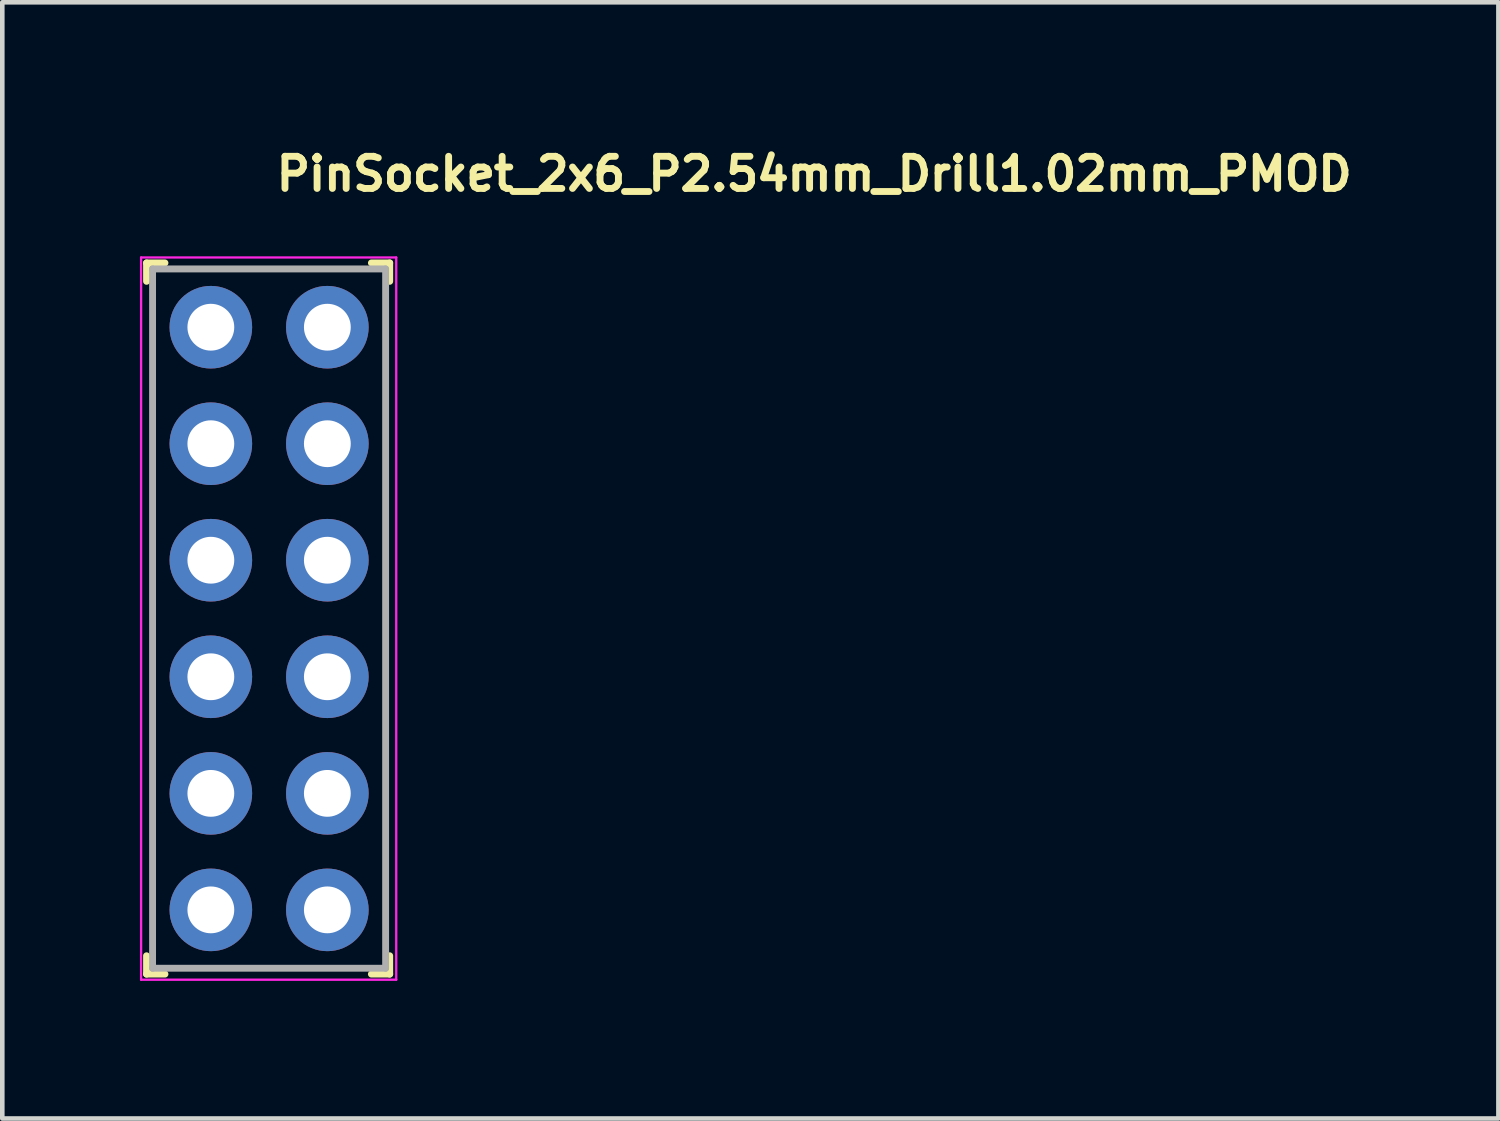
<source format=kicad_pcb>
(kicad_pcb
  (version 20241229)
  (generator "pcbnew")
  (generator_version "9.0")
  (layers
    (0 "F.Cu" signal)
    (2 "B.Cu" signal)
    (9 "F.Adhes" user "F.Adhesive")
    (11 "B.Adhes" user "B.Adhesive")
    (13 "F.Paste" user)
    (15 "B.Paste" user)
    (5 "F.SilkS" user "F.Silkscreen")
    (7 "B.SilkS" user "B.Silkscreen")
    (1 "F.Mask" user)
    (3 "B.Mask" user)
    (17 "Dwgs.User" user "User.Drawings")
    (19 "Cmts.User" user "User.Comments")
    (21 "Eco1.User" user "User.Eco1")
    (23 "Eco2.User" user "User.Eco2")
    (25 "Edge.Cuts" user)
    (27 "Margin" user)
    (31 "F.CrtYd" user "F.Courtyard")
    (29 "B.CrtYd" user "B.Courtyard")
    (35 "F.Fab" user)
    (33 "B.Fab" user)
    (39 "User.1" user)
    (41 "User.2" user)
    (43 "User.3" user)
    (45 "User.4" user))
  (footprint "PinSocket_2x6_P2.54mm_Drill1.02mm_PMOD"
    (layer "F.Cu")
    (at 1.545 4.081)
    (property "Reference" "PinSocket_2x6_P2.54mm_Drill1.02mm_PMOD" (at 1.35 -2.931 0) (layer "F.SilkS") (effects (font (size 0.7 0.7) (thickness 0.15)) (justify left bottom)))
    (attr through_hole)
    (fp_line (start -1.401 -1.401) (end -1.401 -1) (stroke (width 0.15) (type solid)) (layer "F.SilkS"))
    (fp_line (start -1.401 -1.401) (end -1 -1.401) (stroke (width 0.15) (type solid)) (layer "F.SilkS"))
    (fp_line (start -1.401 14.098) (end -1.401 13.698) (stroke (width 0.15) (type solid)) (layer "F.SilkS"))
    (fp_line (start -1.401 14.098) (end -1 14.098) (stroke (width 0.15) (type solid)) (layer "F.SilkS"))
    (fp_line (start 3.898 -1.401) (end 3.499 -1.401) (stroke (width 0.15) (type solid)) (layer "F.SilkS"))
    (fp_line (start 3.898 -1.401) (end 3.898 -1) (stroke (width 0.15) (type solid)) (layer "F.SilkS"))
    (fp_line (start 3.898 14.098) (end 3.499 14.098) (stroke (width 0.15) (type solid)) (layer "F.SilkS"))
    (fp_line (start 3.898 14.098) (end 3.898 13.698) (stroke (width 0.15) (type solid)) (layer "F.SilkS"))
    (fp_line (start -1.52 -1.52) (end 4.04 -1.52) (stroke (width 0.05) (type solid)) (layer "F.CrtYd"))
    (fp_line (start -1.52 14.22) (end -1.52 -1.52) (stroke (width 0.05) (type solid)) (layer "F.CrtYd"))
    (fp_line (start -1.52 14.22) (end 4.04 14.22) (stroke (width 0.05) (type solid)) (layer "F.CrtYd"))
    (fp_line (start 4.04 14.22) (end 4.04 -1.52) (stroke (width 0.05) (type solid)) (layer "F.CrtYd"))
    (fp_line (start -1.27 -1.27) (end -1.27 13.97) (stroke (width 0.15) (type solid)) (layer "F.Fab"))
    (fp_line (start -1.27 -1.27) (end 3.809 -1.27) (stroke (width 0.15) (type solid)) (layer "F.Fab"))
    (fp_line (start -1.27 13.97) (end 3.809 13.97) (stroke (width 0.15) (type solid)) (layer "F.Fab"))
    (fp_line (start 3.809 -1.27) (end 3.809 13.97) (stroke (width 0.15) (type solid)) (layer "F.Fab"))
    (fp_rect (start 3.815 14.173) (end -1.224 -1.466) (stroke (width 0.1) (type solid)) (fill no) (layer "User.5"))
    (fp_line (start -1.224 -1.466) (end 3.815 -1.466) (stroke (width 0.02) (type solid)) (layer "User.9"))
    (fp_line (start -1.224 14.173) (end -1.224 -1.466) (stroke (width 0.02) (type solid)) (layer "User.9"))
    (fp_line (start -0.925 -0.946) (end 0.975 -0.946) (stroke (width 0.02) (type solid)) (layer "User.9"))
    (fp_line (start -0.925 0.954) (end -0.925 -0.946) (stroke (width 0.02) (type solid)) (layer "User.9"))
    (fp_line (start -0.925 1.594) (end 0.975 1.594) (stroke (width 0.02) (type solid)) (layer "User.9"))
    (fp_line (start -0.925 3.495) (end -0.925 1.594) (stroke (width 0.02) (type solid)) (layer "User.9"))
    (fp_line (start -0.925 4.133) (end 0.975 4.133) (stroke (width 0.02) (type solid)) (layer "User.9"))
    (fp_line (start -0.925 6.034) (end -0.925 4.133) (stroke (width 0.02) (type solid)) (layer "User.9"))
    (fp_line (start -0.925 6.673) (end 0.975 6.673) (stroke (width 0.02) (type solid)) (layer "User.9"))
    (fp_line (start -0.925 8.574) (end -0.925 6.673) (stroke (width 0.02) (type solid)) (layer "User.9"))
    (fp_line (start -0.925 9.215) (end 0.975 9.215) (stroke (width 0.02) (type solid)) (layer "User.9"))
    (fp_line (start -0.925 11.113) (end -0.925 9.215) (stroke (width 0.02) (type solid)) (layer "User.9"))
    (fp_line (start -0.925 11.753) (end 0.975 11.753) (stroke (width 0.02) (type solid)) (layer "User.9"))
    (fp_line (start -0.925 13.654) (end -0.925 11.753) (stroke (width 0.02) (type solid)) (layer "User.9"))
    (fp_line (start -0.425 -0.447) (end -0.925 -0.946) (stroke (width 0.02) (type solid)) (layer "User.9"))
    (fp_line (start -0.425 -0.447) (end 0.477 -0.447) (stroke (width 0.02) (type solid)) (layer "User.9"))
    (fp_line (start -0.425 -0.322) (end -0.407 -0.322) (stroke (width 0.02) (type solid)) (layer "User.9"))
    (fp_line (start -0.425 0.33) (end -0.407 0.33) (stroke (width 0.02) (type solid)) (layer "User.9"))
    (fp_line (start -0.425 0.455) (end -0.925 0.954) (stroke (width 0.02) (type solid)) (layer "User.9"))
    (fp_line (start -0.425 0.455) (end -0.425 -0.447) (stroke (width 0.02) (type solid)) (layer "User.9"))
    (fp_line (start -0.425 2.093) (end -0.925 1.594) (stroke (width 0.02) (type solid)) (layer "User.9"))
    (fp_line (start -0.425 2.093) (end 0.477 2.093) (stroke (width 0.02) (type solid)) (layer "User.9"))
    (fp_line (start -0.425 2.218) (end -0.407 2.218) (stroke (width 0.02) (type solid)) (layer "User.9"))
    (fp_line (start -0.425 2.87) (end -0.407 2.87) (stroke (width 0.02) (type solid)) (layer "User.9"))
    (fp_line (start -0.425 2.995) (end -0.925 3.495) (stroke (width 0.02) (type solid)) (layer "User.9"))
    (fp_line (start -0.425 2.995) (end -0.425 2.093) (stroke (width 0.02) (type solid)) (layer "User.9"))
    (fp_line (start -0.425 4.633) (end -0.925 4.133) (stroke (width 0.02) (type solid)) (layer "User.9"))
    (fp_line (start -0.425 4.633) (end 0.477 4.633) (stroke (width 0.02) (type solid)) (layer "User.9"))
    (fp_line (start -0.425 4.758) (end -0.407 4.758) (stroke (width 0.02) (type solid)) (layer "User.9"))
    (fp_line (start -0.425 5.409) (end -0.407 5.409) (stroke (width 0.02) (type solid)) (layer "User.9"))
    (fp_line (start -0.425 5.534) (end -0.925 6.034) (stroke (width 0.02) (type solid)) (layer "User.9"))
    (fp_line (start -0.425 5.534) (end -0.425 4.633) (stroke (width 0.02) (type solid)) (layer "User.9"))
    (fp_line (start -0.425 7.173) (end -0.925 6.673) (stroke (width 0.02) (type solid)) (layer "User.9"))
    (fp_line (start -0.425 7.173) (end 0.477 7.173) (stroke (width 0.02) (type solid)) (layer "User.9"))
    (fp_line (start -0.425 7.298) (end -0.407 7.298) (stroke (width 0.02) (type solid)) (layer "User.9"))
    (fp_line (start -0.425 7.949) (end -0.407 7.949) (stroke (width 0.02) (type solid)) (layer "User.9"))
    (fp_line (start -0.425 8.074) (end -0.925 8.574) (stroke (width 0.02) (type solid)) (layer "User.9"))
    (fp_line (start -0.425 8.074) (end -0.425 7.173) (stroke (width 0.02) (type solid)) (layer "User.9"))
    (fp_line (start -0.425 9.715) (end -0.925 9.215) (stroke (width 0.02) (type solid)) (layer "User.9"))
    (fp_line (start -0.425 9.715) (end 0.477 9.715) (stroke (width 0.02) (type solid)) (layer "User.9"))
    (fp_line (start -0.425 9.84) (end -0.407 9.84) (stroke (width 0.02) (type solid)) (layer "User.9"))
    (fp_line (start -0.425 10.488) (end -0.407 10.488) (stroke (width 0.02) (type solid)) (layer "User.9"))
    (fp_line (start -0.425 10.613) (end -0.925 11.113) (stroke (width 0.02) (type solid)) (layer "User.9"))
    (fp_line (start -0.425 10.613) (end -0.425 9.715) (stroke (width 0.02) (type solid)) (layer "User.9"))
    (fp_line (start -0.425 12.253) (end -0.925 11.753) (stroke (width 0.02) (type solid)) (layer "User.9"))
    (fp_line (start -0.425 12.253) (end 0.477 12.253) (stroke (width 0.02) (type solid)) (layer "User.9"))
    (fp_line (start -0.425 12.378) (end -0.407 12.378) (stroke (width 0.02) (type solid)) (layer "User.9"))
    (fp_line (start -0.425 13.029) (end -0.407 13.029) (stroke (width 0.02) (type solid)) (layer "User.9"))
    (fp_line (start -0.425 13.154) (end -0.925 13.654) (stroke (width 0.02) (type solid)) (layer "User.9"))
    (fp_line (start -0.425 13.154) (end -0.425 12.253) (stroke (width 0.02) (type solid)) (layer "User.9"))
    (fp_line (start -0.407 -0.322) (end -0.2 -0.322) (stroke (width 0.02) (type solid)) (layer "User.9"))
    (fp_line (start -0.407 0.33) (end -0.2 0.33) (stroke (width 0.02) (type solid)) (layer "User.9"))
    (fp_line (start -0.407 2.218) (end -0.2 2.218) (stroke (width 0.02) (type solid)) (layer "User.9"))
    (fp_line (start -0.407 2.87) (end -0.2 2.87) (stroke (width 0.02) (type solid)) (layer "User.9"))
    (fp_line (start -0.407 4.758) (end -0.2 4.758) (stroke (width 0.02) (type solid)) (layer "User.9"))
    (fp_line (start -0.407 5.409) (end -0.2 5.409) (stroke (width 0.02) (type solid)) (layer "User.9"))
    (fp_line (start -0.407 7.298) (end -0.2 7.298) (stroke (width 0.02) (type solid)) (layer "User.9"))
    (fp_line (start -0.407 7.949) (end -0.2 7.949) (stroke (width 0.02) (type solid)) (layer "User.9"))
    (fp_line (start -0.407 9.84) (end -0.2 9.84) (stroke (width 0.02) (type solid)) (layer "User.9"))
    (fp_line (start -0.407 10.488) (end -0.2 10.488) (stroke (width 0.02) (type solid)) (layer "User.9"))
    (fp_line (start -0.407 12.378) (end -0.2 12.378) (stroke (width 0.02) (type solid)) (layer "User.9"))
    (fp_line (start -0.407 13.029) (end -0.2 13.029) (stroke (width 0.02) (type solid)) (layer "User.9"))
    (fp_line (start -0.203 -0.447) (end -0.203 -0.391) (stroke (width 0.02) (type solid)) (layer "User.9"))
    (fp_line (start -0.203 -0.391) (end -0.2 -0.391) (stroke (width 0.02) (type solid)) (layer "User.9"))
    (fp_line (start -0.203 0.455) (end -0.203 0.399) (stroke (width 0.02) (type solid)) (layer "User.9"))
    (fp_line (start -0.203 2.093) (end -0.203 2.149) (stroke (width 0.02) (type solid)) (layer "User.9"))
    (fp_line (start -0.203 2.149) (end -0.2 2.149) (stroke (width 0.02) (type solid)) (layer "User.9"))
    (fp_line (start -0.203 2.995) (end -0.203 2.938) (stroke (width 0.02) (type solid)) (layer "User.9"))
    (fp_line (start -0.203 4.633) (end -0.203 4.689) (stroke (width 0.02) (type solid)) (layer "User.9"))
    (fp_line (start -0.203 4.689) (end -0.2 4.689) (stroke (width 0.02) (type solid)) (layer "User.9"))
    (fp_line (start -0.203 5.534) (end -0.203 5.479) (stroke (width 0.02) (type solid)) (layer "User.9"))
    (fp_line (start -0.203 7.173) (end -0.203 7.229) (stroke (width 0.02) (type solid)) (layer "User.9"))
    (fp_line (start -0.203 7.229) (end -0.2 7.229) (stroke (width 0.02) (type solid)) (layer "User.9"))
    (fp_line (start -0.203 8.074) (end -0.203 8.019) (stroke (width 0.02) (type solid)) (layer "User.9"))
    (fp_line (start -0.203 9.715) (end -0.203 9.769) (stroke (width 0.02) (type solid)) (layer "User.9"))
    (fp_line (start -0.203 9.769) (end -0.2 9.769) (stroke (width 0.02) (type solid)) (layer "User.9"))
    (fp_line (start -0.203 10.613) (end -0.203 10.558) (stroke (width 0.02) (type solid)) (layer "User.9"))
    (fp_line (start -0.203 12.253) (end -0.203 12.31) (stroke (width 0.02) (type solid)) (layer "User.9"))
    (fp_line (start -0.203 12.31) (end -0.2 12.31) (stroke (width 0.02) (type solid)) (layer "User.9"))
    (fp_line (start -0.203 13.154) (end -0.203 13.099) (stroke (width 0.02) (type solid)) (layer "User.9"))
    (fp_line (start -0.2 -0.429) (end -0.2 -0.447) (stroke (width 0.02) (type solid)) (layer "User.9"))
    (fp_line (start -0.2 -0.429) (end -0.199 -0.431) (stroke (width 0.02) (type solid)) (layer "User.9"))
    (fp_line (start -0.2 -0.391) (end -0.2 -0.442) (stroke (width 0.02) (type solid)) (layer "User.9"))
    (fp_line (start -0.2 -0.307) (end -0.2 -0.429) (stroke (width 0.02) (type solid)) (layer "User.9"))
    (fp_line (start -0.2 -0.307) (end -0.2 -0.2) (stroke (width 0.02) (type solid)) (layer "User.9"))
    (fp_line (start -0.2 -0.2) (end 0.45 -0.2) (stroke (width 0.02) (type solid)) (layer "User.9"))
    (fp_line (start -0.2 0.208) (end -0.2 0.315) (stroke (width 0.02) (type solid)) (layer "User.9"))
    (fp_line (start -0.2 0.208) (end 0.45 0.208) (stroke (width 0.02) (type solid)) (layer "User.9"))
    (fp_line (start -0.2 0.399) (end -0.203 0.399) (stroke (width 0.02) (type solid)) (layer "User.9"))
    (fp_line (start -0.2 0.399) (end -0.2 0.45) (stroke (width 0.02) (type solid)) (layer "User.9"))
    (fp_line (start -0.2 0.437) (end -0.2 0.315) (stroke (width 0.02) (type solid)) (layer "User.9"))
    (fp_line (start -0.2 0.437) (end -0.199 0.439) (stroke (width 0.02) (type solid)) (layer "User.9"))
    (fp_line (start -0.2 0.455) (end -0.2 0.437) (stroke (width 0.02) (type solid)) (layer "User.9"))
    (fp_line (start -0.2 2.111) (end -0.2 2.093) (stroke (width 0.02) (type solid)) (layer "User.9"))
    (fp_line (start -0.2 2.111) (end -0.199 2.108) (stroke (width 0.02) (type solid)) (layer "User.9"))
    (fp_line (start -0.2 2.149) (end -0.2 2.096) (stroke (width 0.02) (type solid)) (layer "User.9"))
    (fp_line (start -0.2 2.233) (end -0.2 2.111) (stroke (width 0.02) (type solid)) (layer "User.9"))
    (fp_line (start -0.2 2.233) (end -0.2 2.342) (stroke (width 0.02) (type solid)) (layer "User.9"))
    (fp_line (start -0.2 2.342) (end 0.45 2.342) (stroke (width 0.02) (type solid)) (layer "User.9"))
    (fp_line (start -0.2 2.746) (end -0.2 2.855) (stroke (width 0.02) (type solid)) (layer "User.9"))
    (fp_line (start -0.2 2.746) (end 0.45 2.746) (stroke (width 0.02) (type solid)) (layer "User.9"))
    (fp_line (start -0.2 2.938) (end -0.203 2.938) (stroke (width 0.02) (type solid)) (layer "User.9"))
    (fp_line (start -0.2 2.938) (end -0.2 2.991) (stroke (width 0.02) (type solid)) (layer "User.9"))
    (fp_line (start -0.2 2.978) (end -0.2 2.855) (stroke (width 0.02) (type solid)) (layer "User.9"))
    (fp_line (start -0.2 2.978) (end -0.199 2.979) (stroke (width 0.02) (type solid)) (layer "User.9"))
    (fp_line (start -0.2 2.995) (end -0.2 2.978) (stroke (width 0.02) (type solid)) (layer "User.9"))
    (fp_line (start -0.2 4.651) (end -0.2 4.633) (stroke (width 0.02) (type solid)) (layer "User.9"))
    (fp_line (start -0.2 4.651) (end -0.199 4.649) (stroke (width 0.02) (type solid)) (layer "User.9"))
    (fp_line (start -0.2 4.689) (end -0.2 4.636) (stroke (width 0.02) (type solid)) (layer "User.9"))
    (fp_line (start -0.2 4.773) (end -0.2 4.651) (stroke (width 0.02) (type solid)) (layer "User.9"))
    (fp_line (start -0.2 4.773) (end -0.2 4.88) (stroke (width 0.02) (type solid)) (layer "User.9"))
    (fp_line (start -0.2 4.88) (end 0.45 4.88) (stroke (width 0.02) (type solid)) (layer "User.9"))
    (fp_line (start -0.2 5.287) (end -0.2 5.396) (stroke (width 0.02) (type solid)) (layer "User.9"))
    (fp_line (start -0.2 5.287) (end 0.45 5.287) (stroke (width 0.02) (type solid)) (layer "User.9"))
    (fp_line (start -0.2 5.479) (end -0.203 5.479) (stroke (width 0.02) (type solid)) (layer "User.9"))
    (fp_line (start -0.2 5.479) (end -0.2 5.532) (stroke (width 0.02) (type solid)) (layer "User.9"))
    (fp_line (start -0.2 5.518) (end -0.2 5.396) (stroke (width 0.02) (type solid)) (layer "User.9"))
    (fp_line (start -0.2 5.518) (end -0.199 5.519) (stroke (width 0.02) (type solid)) (layer "User.9"))
    (fp_line (start -0.2 5.534) (end -0.2 5.518) (stroke (width 0.02) (type solid)) (layer "User.9"))
    (fp_line (start -0.2 7.191) (end -0.2 7.173) (stroke (width 0.02) (type solid)) (layer "User.9"))
    (fp_line (start -0.2 7.191) (end -0.199 7.189) (stroke (width 0.02) (type solid)) (layer "User.9"))
    (fp_line (start -0.2 7.229) (end -0.2 7.176) (stroke (width 0.02) (type solid)) (layer "User.9"))
    (fp_line (start -0.2 7.313) (end -0.2 7.191) (stroke (width 0.02) (type solid)) (layer "User.9"))
    (fp_line (start -0.2 7.313) (end -0.2 7.42) (stroke (width 0.02) (type solid)) (layer "User.9"))
    (fp_line (start -0.2 7.42) (end 0.45 7.42) (stroke (width 0.02) (type solid)) (layer "User.9"))
    (fp_line (start -0.2 7.827) (end -0.2 7.936) (stroke (width 0.02) (type solid)) (layer "User.9"))
    (fp_line (start -0.2 7.827) (end 0.45 7.827) (stroke (width 0.02) (type solid)) (layer "User.9"))
    (fp_line (start -0.2 8.019) (end -0.203 8.019) (stroke (width 0.02) (type solid)) (layer "User.9"))
    (fp_line (start -0.2 8.019) (end -0.2 8.071) (stroke (width 0.02) (type solid)) (layer "User.9"))
    (fp_line (start -0.2 8.058) (end -0.2 7.936) (stroke (width 0.02) (type solid)) (layer "User.9"))
    (fp_line (start -0.2 8.058) (end -0.199 8.06) (stroke (width 0.02) (type solid)) (layer "User.9"))
    (fp_line (start -0.2 8.074) (end -0.2 8.058) (stroke (width 0.02) (type solid)) (layer "User.9"))
    (fp_line (start -0.2 9.731) (end -0.2 9.715) (stroke (width 0.02) (type solid)) (layer "User.9"))
    (fp_line (start -0.2 9.731) (end -0.199 9.728) (stroke (width 0.02) (type solid)) (layer "User.9"))
    (fp_line (start -0.2 9.769) (end -0.2 9.717) (stroke (width 0.02) (type solid)) (layer "User.9"))
    (fp_line (start -0.2 9.852) (end -0.2 9.731) (stroke (width 0.02) (type solid)) (layer "User.9"))
    (fp_line (start -0.2 9.852) (end -0.2 9.961) (stroke (width 0.02) (type solid)) (layer "User.9"))
    (fp_line (start -0.2 9.961) (end 0.45 9.961) (stroke (width 0.02) (type solid)) (layer "User.9"))
    (fp_line (start -0.2 10.366) (end -0.2 10.475) (stroke (width 0.02) (type solid)) (layer "User.9"))
    (fp_line (start -0.2 10.366) (end 0.45 10.366) (stroke (width 0.02) (type solid)) (layer "User.9"))
    (fp_line (start -0.2 10.558) (end -0.203 10.558) (stroke (width 0.02) (type solid)) (layer "User.9"))
    (fp_line (start -0.2 10.558) (end -0.2 10.611) (stroke (width 0.02) (type solid)) (layer "User.9"))
    (fp_line (start -0.2 10.597) (end -0.2 10.475) (stroke (width 0.02) (type solid)) (layer "User.9"))
    (fp_line (start -0.2 10.597) (end -0.199 10.599) (stroke (width 0.02) (type solid)) (layer "User.9"))
    (fp_line (start -0.2 10.613) (end -0.2 10.597) (stroke (width 0.02) (type solid)) (layer "User.9"))
    (fp_line (start -0.2 12.27) (end -0.2 12.253) (stroke (width 0.02) (type solid)) (layer "User.9"))
    (fp_line (start -0.2 12.27) (end -0.199 12.269) (stroke (width 0.02) (type solid)) (layer "User.9"))
    (fp_line (start -0.2 12.31) (end -0.2 12.256) (stroke (width 0.02) (type solid)) (layer "User.9"))
    (fp_line (start -0.2 12.393) (end -0.2 12.27) (stroke (width 0.02) (type solid)) (layer "User.9"))
    (fp_line (start -0.2 12.393) (end -0.2 12.5) (stroke (width 0.02) (type solid)) (layer "User.9"))
    (fp_line (start -0.2 12.5) (end 0.45 12.5) (stroke (width 0.02) (type solid)) (layer "User.9"))
    (fp_line (start -0.2 12.907) (end -0.2 13.016) (stroke (width 0.02) (type solid)) (layer "User.9"))
    (fp_line (start -0.2 12.907) (end 0.45 12.907) (stroke (width 0.02) (type solid)) (layer "User.9"))
    (fp_line (start -0.2 13.099) (end -0.203 13.099) (stroke (width 0.02) (type solid)) (layer "User.9"))
    (fp_line (start -0.2 13.099) (end -0.2 13.15) (stroke (width 0.02) (type solid)) (layer "User.9"))
    (fp_line (start -0.2 13.138) (end -0.2 13.016) (stroke (width 0.02) (type solid)) (layer "User.9"))
    (fp_line (start -0.2 13.138) (end -0.199 13.14) (stroke (width 0.02) (type solid)) (layer "User.9"))
    (fp_line (start -0.2 13.154) (end -0.2 13.138) (stroke (width 0.02) (type solid)) (layer "User.9"))
    (fp_line (start -0.199 -0.439) (end -0.197 -0.441) (stroke (width 0.02) (type solid)) (layer "User.9"))
    (fp_line (start -0.199 -0.437) (end -0.199 -0.439) (stroke (width 0.02) (type solid)) (layer "User.9"))
    (fp_line (start -0.199 -0.435) (end -0.199 -0.437) (stroke (width 0.02) (type solid)) (layer "User.9"))
    (fp_line (start -0.199 -0.433) (end -0.199 -0.435) (stroke (width 0.02) (type solid)) (layer "User.9"))
    (fp_line (start -0.199 -0.431) (end -0.199 -0.433) (stroke (width 0.02) (type solid)) (layer "User.9"))
    (fp_line (start -0.199 0.439) (end -0.199 0.441) (stroke (width 0.02) (type solid)) (layer "User.9"))
    (fp_line (start -0.199 0.441) (end -0.199 0.443) (stroke (width 0.02) (type solid)) (layer "User.9"))
    (fp_line (start -0.199 0.443) (end -0.199 0.445) (stroke (width 0.02) (type solid)) (layer "User.9"))
    (fp_line (start -0.199 0.445) (end -0.199 0.447) (stroke (width 0.02) (type solid)) (layer "User.9"))
    (fp_line (start -0.199 0.447) (end -0.197 0.449) (stroke (width 0.02) (type solid)) (layer "User.9"))
    (fp_line (start -0.199 2.1) (end -0.197 2.099) (stroke (width 0.02) (type solid)) (layer "User.9"))
    (fp_line (start -0.199 2.103) (end -0.199 2.1) (stroke (width 0.02) (type solid)) (layer "User.9"))
    (fp_line (start -0.199 2.104) (end -0.199 2.103) (stroke (width 0.02) (type solid)) (layer "User.9"))
    (fp_line (start -0.199 2.107) (end -0.199 2.104) (stroke (width 0.02) (type solid)) (layer "User.9"))
    (fp_line (start -0.199 2.108) (end -0.199 2.107) (stroke (width 0.02) (type solid)) (layer "User.9"))
    (fp_line (start -0.199 2.979) (end -0.199 2.982) (stroke (width 0.02) (type solid)) (layer "User.9"))
    (fp_line (start -0.199 2.982) (end -0.199 2.983) (stroke (width 0.02) (type solid)) (layer "User.9"))
    (fp_line (start -0.199 2.983) (end -0.199 2.986) (stroke (width 0.02) (type solid)) (layer "User.9"))
    (fp_line (start -0.199 2.986) (end -0.199 2.987) (stroke (width 0.02) (type solid)) (layer "User.9"))
    (fp_line (start -0.199 2.987) (end -0.197 2.99) (stroke (width 0.02) (type solid)) (layer "User.9"))
    (fp_line (start -0.199 4.641) (end -0.197 4.638) (stroke (width 0.02) (type solid)) (layer "User.9"))
    (fp_line (start -0.199 4.643) (end -0.199 4.641) (stroke (width 0.02) (type solid)) (layer "User.9"))
    (fp_line (start -0.199 4.644) (end -0.199 4.643) (stroke (width 0.02) (type solid)) (layer "User.9"))
    (fp_line (start -0.199 4.646) (end -0.199 4.644) (stroke (width 0.02) (type solid)) (layer "User.9"))
    (fp_line (start -0.199 4.649) (end -0.199 4.646) (stroke (width 0.02) (type solid)) (layer "User.9"))
    (fp_line (start -0.199 5.519) (end -0.199 5.521) (stroke (width 0.02) (type solid)) (layer "User.9"))
    (fp_line (start -0.199 5.521) (end -0.199 5.524) (stroke (width 0.02) (type solid)) (layer "User.9"))
    (fp_line (start -0.199 5.524) (end -0.199 5.526) (stroke (width 0.02) (type solid)) (layer "User.9"))
    (fp_line (start -0.199 5.526) (end -0.199 5.527) (stroke (width 0.02) (type solid)) (layer "User.9"))
    (fp_line (start -0.199 5.527) (end -0.197 5.529) (stroke (width 0.02) (type solid)) (layer "User.9"))
    (fp_line (start -0.199 7.181) (end -0.197 7.178) (stroke (width 0.02) (type solid)) (layer "User.9"))
    (fp_line (start -0.199 7.183) (end -0.199 7.181) (stroke (width 0.02) (type solid)) (layer "User.9"))
    (fp_line (start -0.199 7.184) (end -0.199 7.183) (stroke (width 0.02) (type solid)) (layer "User.9"))
    (fp_line (start -0.199 7.186) (end -0.199 7.184) (stroke (width 0.02) (type solid)) (layer "User.9"))
    (fp_line (start -0.199 7.189) (end -0.199 7.186) (stroke (width 0.02) (type solid)) (layer "User.9"))
    (fp_line (start -0.199 8.06) (end -0.199 8.061) (stroke (width 0.02) (type solid)) (layer "User.9"))
    (fp_line (start -0.199 8.061) (end -0.199 8.064) (stroke (width 0.02) (type solid)) (layer "User.9"))
    (fp_line (start -0.199 8.064) (end -0.199 8.065) (stroke (width 0.02) (type solid)) (layer "User.9"))
    (fp_line (start -0.199 8.065) (end -0.199 8.067) (stroke (width 0.02) (type solid)) (layer "User.9"))
    (fp_line (start -0.199 8.067) (end -0.197 8.07) (stroke (width 0.02) (type solid)) (layer "User.9"))
    (fp_line (start -0.199 9.721) (end -0.197 9.718) (stroke (width 0.02) (type solid)) (layer "User.9"))
    (fp_line (start -0.199 9.722) (end -0.199 9.721) (stroke (width 0.02) (type solid)) (layer "User.9"))
    (fp_line (start -0.199 9.724) (end -0.199 9.722) (stroke (width 0.02) (type solid)) (layer "User.9"))
    (fp_line (start -0.199 9.727) (end -0.199 9.724) (stroke (width 0.02) (type solid)) (layer "User.9"))
    (fp_line (start -0.199 9.728) (end -0.199 9.727) (stroke (width 0.02) (type solid)) (layer "User.9"))
    (fp_line (start -0.199 10.599) (end -0.199 10.602) (stroke (width 0.02) (type solid)) (layer "User.9"))
    (fp_line (start -0.199 10.602) (end -0.199 10.603) (stroke (width 0.02) (type solid)) (layer "User.9"))
    (fp_line (start -0.199 10.603) (end -0.199 10.606) (stroke (width 0.02) (type solid)) (layer "User.9"))
    (fp_line (start -0.199 10.606) (end -0.199 10.608) (stroke (width 0.02) (type solid)) (layer "User.9"))
    (fp_line (start -0.199 10.608) (end -0.197 10.609) (stroke (width 0.02) (type solid)) (layer "User.9"))
    (fp_line (start -0.199 12.26) (end -0.197 12.259) (stroke (width 0.02) (type solid)) (layer "User.9"))
    (fp_line (start -0.199 12.263) (end -0.199 12.26) (stroke (width 0.02) (type solid)) (layer "User.9"))
    (fp_line (start -0.199 12.265) (end -0.199 12.263) (stroke (width 0.02) (type solid)) (layer "User.9"))
    (fp_line (start -0.199 12.266) (end -0.199 12.265) (stroke (width 0.02) (type solid)) (layer "User.9"))
    (fp_line (start -0.199 12.269) (end -0.199 12.266) (stroke (width 0.02) (type solid)) (layer "User.9"))
    (fp_line (start -0.199 13.14) (end -0.199 13.141) (stroke (width 0.02) (type solid)) (layer "User.9"))
    (fp_line (start -0.199 13.141) (end -0.199 13.144) (stroke (width 0.02) (type solid)) (layer "User.9"))
    (fp_line (start -0.199 13.144) (end -0.199 13.145) (stroke (width 0.02) (type solid)) (layer "User.9"))
    (fp_line (start -0.199 13.145) (end -0.199 13.147) (stroke (width 0.02) (type solid)) (layer "User.9"))
    (fp_line (start -0.199 13.147) (end -0.197 13.15) (stroke (width 0.02) (type solid)) (layer "User.9"))
    (fp_line (start -0.197 -0.443) (end -0.196 -0.447) (stroke (width 0.02) (type solid)) (layer "User.9"))
    (fp_line (start -0.197 -0.441) (end -0.197 -0.443) (stroke (width 0.02) (type solid)) (layer "User.9"))
    (fp_line (start -0.197 0.449) (end -0.197 0.451) (stroke (width 0.02) (type solid)) (layer "User.9"))
    (fp_line (start -0.197 0.451) (end -0.196 0.455) (stroke (width 0.02) (type solid)) (layer "User.9"))
    (fp_line (start -0.197 2.096) (end -0.196 2.093) (stroke (width 0.02) (type solid)) (layer "User.9"))
    (fp_line (start -0.197 2.099) (end -0.197 2.096) (stroke (width 0.02) (type solid)) (layer "User.9"))
    (fp_line (start -0.197 2.99) (end -0.197 2.991) (stroke (width 0.02) (type solid)) (layer "User.9"))
    (fp_line (start -0.197 2.991) (end -0.196 2.995) (stroke (width 0.02) (type solid)) (layer "User.9"))
    (fp_line (start -0.197 4.636) (end -0.196 4.633) (stroke (width 0.02) (type solid)) (layer "User.9"))
    (fp_line (start -0.197 4.638) (end -0.197 4.636) (stroke (width 0.02) (type solid)) (layer "User.9"))
    (fp_line (start -0.197 5.529) (end -0.197 5.532) (stroke (width 0.02) (type solid)) (layer "User.9"))
    (fp_line (start -0.197 5.532) (end -0.196 5.534) (stroke (width 0.02) (type solid)) (layer "User.9"))
    (fp_line (start -0.197 7.176) (end -0.196 7.173) (stroke (width 0.02) (type solid)) (layer "User.9"))
    (fp_line (start -0.197 7.178) (end -0.197 7.176) (stroke (width 0.02) (type solid)) (layer "User.9"))
    (fp_line (start -0.197 8.07) (end -0.197 8.071) (stroke (width 0.02) (type solid)) (layer "User.9"))
    (fp_line (start -0.197 8.071) (end -0.196 8.074) (stroke (width 0.02) (type solid)) (layer "User.9"))
    (fp_line (start -0.197 9.717) (end -0.196 9.714) (stroke (width 0.02) (type solid)) (layer "User.9"))
    (fp_line (start -0.197 9.718) (end -0.197 9.717) (stroke (width 0.02) (type solid)) (layer "User.9"))
    (fp_line (start -0.197 10.609) (end -0.197 10.612) (stroke (width 0.02) (type solid)) (layer "User.9"))
    (fp_line (start -0.197 10.612) (end -0.196 10.613) (stroke (width 0.02) (type solid)) (layer "User.9"))
    (fp_line (start -0.197 12.256) (end -0.196 12.254) (stroke (width 0.02) (type solid)) (layer "User.9"))
    (fp_line (start -0.197 12.259) (end -0.197 12.256) (stroke (width 0.02) (type solid)) (layer "User.9"))
    (fp_line (start -0.197 13.15) (end -0.197 13.151) (stroke (width 0.02) (type solid)) (layer "User.9"))
    (fp_line (start -0.197 13.151) (end -0.196 13.154) (stroke (width 0.02) (type solid)) (layer "User.9"))
    (fp_line (start 0.151 0.208) (end 0.151 -0.2) (stroke (width 0.02) (type solid)) (layer "User.9"))
    (fp_line (start 0.151 2.746) (end 0.151 2.342) (stroke (width 0.02) (type solid)) (layer "User.9"))
    (fp_line (start 0.151 5.287) (end 0.151 4.88) (stroke (width 0.02) (type solid)) (layer "User.9"))
    (fp_line (start 0.151 7.827) (end 0.151 7.42) (stroke (width 0.02) (type solid)) (layer "User.9"))
    (fp_line (start 0.151 10.366) (end 0.151 9.961) (stroke (width 0.02) (type solid)) (layer "User.9"))
    (fp_line (start 0.151 12.907) (end 0.151 12.5) (stroke (width 0.02) (type solid)) (layer "User.9"))
    (fp_line (start 0.449 -0.443) (end 0.449 -0.447) (stroke (width 0.02) (type solid)) (layer "User.9"))
    (fp_line (start 0.449 -0.441) (end 0.449 -0.443) (stroke (width 0.02) (type solid)) (layer "User.9"))
    (fp_line (start 0.449 0.449) (end 0.449 0.451) (stroke (width 0.02) (type solid)) (layer "User.9"))
    (fp_line (start 0.449 0.451) (end 0.449 0.455) (stroke (width 0.02) (type solid)) (layer "User.9"))
    (fp_line (start 0.449 2.096) (end 0.449 2.093) (stroke (width 0.02) (type solid)) (layer "User.9"))
    (fp_line (start 0.449 2.099) (end 0.449 2.096) (stroke (width 0.02) (type solid)) (layer "User.9"))
    (fp_line (start 0.449 2.99) (end 0.449 2.991) (stroke (width 0.02) (type solid)) (layer "User.9"))
    (fp_line (start 0.449 2.991) (end 0.449 2.995) (stroke (width 0.02) (type solid)) (layer "User.9"))
    (fp_line (start 0.449 4.636) (end 0.449 4.633) (stroke (width 0.02) (type solid)) (layer "User.9"))
    (fp_line (start 0.449 4.638) (end 0.449 4.636) (stroke (width 0.02) (type solid)) (layer "User.9"))
    (fp_line (start 0.449 5.529) (end 0.449 5.532) (stroke (width 0.02) (type solid)) (layer "User.9"))
    (fp_line (start 0.449 5.532) (end 0.449 5.534) (stroke (width 0.02) (type solid)) (layer "User.9"))
    (fp_line (start 0.449 7.176) (end 0.449 7.173) (stroke (width 0.02) (type solid)) (layer "User.9"))
    (fp_line (start 0.449 7.178) (end 0.449 7.176) (stroke (width 0.02) (type solid)) (layer "User.9"))
    (fp_line (start 0.449 8.07) (end 0.449 8.071) (stroke (width 0.02) (type solid)) (layer "User.9"))
    (fp_line (start 0.449 8.071) (end 0.449 8.074) (stroke (width 0.02) (type solid)) (layer "User.9"))
    (fp_line (start 0.449 9.717) (end 0.449 9.714) (stroke (width 0.02) (type solid)) (layer "User.9"))
    (fp_line (start 0.449 9.718) (end 0.449 9.717) (stroke (width 0.02) (type solid)) (layer "User.9"))
    (fp_line (start 0.449 10.609) (end 0.449 10.612) (stroke (width 0.02) (type solid)) (layer "User.9"))
    (fp_line (start 0.449 10.612) (end 0.449 10.613) (stroke (width 0.02) (type solid)) (layer "User.9"))
    (fp_line (start 0.449 12.256) (end 0.449 12.254) (stroke (width 0.02) (type solid)) (layer "User.9"))
    (fp_line (start 0.449 12.259) (end 0.449 12.256) (stroke (width 0.02) (type solid)) (layer "User.9"))
    (fp_line (start 0.449 13.15) (end 0.449 13.151) (stroke (width 0.02) (type solid)) (layer "User.9"))
    (fp_line (start 0.449 13.151) (end 0.449 13.154) (stroke (width 0.02) (type solid)) (layer "User.9"))
    (fp_line (start 0.45 -0.447) (end 0.45 -0.442) (stroke (width 0.02) (type solid)) (layer "User.9"))
    (fp_line (start 0.45 -0.447) (end 0.45 -0.429) (stroke (width 0.02) (type solid)) (layer "User.9"))
    (fp_line (start 0.45 -0.439) (end 0.449 -0.441) (stroke (width 0.02) (type solid)) (layer "User.9"))
    (fp_line (start 0.45 -0.437) (end 0.45 -0.439) (stroke (width 0.02) (type solid)) (layer "User.9"))
    (fp_line (start 0.45 -0.435) (end 0.45 -0.437) (stroke (width 0.02) (type solid)) (layer "User.9"))
    (fp_line (start 0.45 -0.433) (end 0.45 -0.435) (stroke (width 0.02) (type solid)) (layer "User.9"))
    (fp_line (start 0.45 -0.431) (end 0.45 -0.433) (stroke (width 0.02) (type solid)) (layer "User.9"))
    (fp_line (start 0.45 -0.429) (end 0.45 -0.431) (stroke (width 0.02) (type solid)) (layer "User.9"))
    (fp_line (start 0.45 -0.382) (end 0.452 -0.384) (stroke (width 0.02) (type solid)) (layer "User.9"))
    (fp_line (start 0.45 -0.307) (end 0.45 -0.429) (stroke (width 0.02) (type solid)) (layer "User.9"))
    (fp_line (start 0.45 -0.307) (end 0.45 -0.2) (stroke (width 0.02) (type solid)) (layer "User.9"))
    (fp_line (start 0.45 0.208) (end 0.45 0.315) (stroke (width 0.02) (type solid)) (layer "User.9"))
    (fp_line (start 0.45 0.437) (end 0.45 0.315) (stroke (width 0.02) (type solid)) (layer "User.9"))
    (fp_line (start 0.45 0.437) (end 0.45 0.439) (stroke (width 0.02) (type solid)) (layer "User.9"))
    (fp_line (start 0.45 0.437) (end 0.45 0.455) (stroke (width 0.02) (type solid)) (layer "User.9"))
    (fp_line (start 0.45 0.439) (end 0.45 0.441) (stroke (width 0.02) (type solid)) (layer "User.9"))
    (fp_line (start 0.45 0.441) (end 0.45 0.443) (stroke (width 0.02) (type solid)) (layer "User.9"))
    (fp_line (start 0.45 0.443) (end 0.45 0.445) (stroke (width 0.02) (type solid)) (layer "User.9"))
    (fp_line (start 0.45 0.445) (end 0.45 0.447) (stroke (width 0.02) (type solid)) (layer "User.9"))
    (fp_line (start 0.45 0.447) (end 0.449 0.449) (stroke (width 0.02) (type solid)) (layer "User.9"))
    (fp_line (start 0.45 2.093) (end 0.45 2.096) (stroke (width 0.02) (type solid)) (layer "User.9"))
    (fp_line (start 0.45 2.093) (end 0.45 2.111) (stroke (width 0.02) (type solid)) (layer "User.9"))
    (fp_line (start 0.45 2.1) (end 0.449 2.099) (stroke (width 0.02) (type solid)) (layer "User.9"))
    (fp_line (start 0.45 2.103) (end 0.45 2.1) (stroke (width 0.02) (type solid)) (layer "User.9"))
    (fp_line (start 0.45 2.104) (end 0.45 2.103) (stroke (width 0.02) (type solid)) (layer "User.9"))
    (fp_line (start 0.45 2.107) (end 0.45 2.104) (stroke (width 0.02) (type solid)) (layer "User.9"))
    (fp_line (start 0.45 2.108) (end 0.45 2.107) (stroke (width 0.02) (type solid)) (layer "User.9"))
    (fp_line (start 0.45 2.111) (end 0.45 2.108) (stroke (width 0.02) (type solid)) (layer "User.9"))
    (fp_line (start 0.45 2.159) (end 0.452 2.156) (stroke (width 0.02) (type solid)) (layer "User.9"))
    (fp_line (start 0.45 2.233) (end 0.45 2.111) (stroke (width 0.02) (type solid)) (layer "User.9"))
    (fp_line (start 0.45 2.233) (end 0.45 2.342) (stroke (width 0.02) (type solid)) (layer "User.9"))
    (fp_line (start 0.45 2.746) (end 0.45 2.855) (stroke (width 0.02) (type solid)) (layer "User.9"))
    (fp_line (start 0.45 2.978) (end 0.45 2.855) (stroke (width 0.02) (type solid)) (layer "User.9"))
    (fp_line (start 0.45 2.978) (end 0.45 2.979) (stroke (width 0.02) (type solid)) (layer "User.9"))
    (fp_line (start 0.45 2.978) (end 0.45 2.995) (stroke (width 0.02) (type solid)) (layer "User.9"))
    (fp_line (start 0.45 2.979) (end 0.45 2.982) (stroke (width 0.02) (type solid)) (layer "User.9"))
    (fp_line (start 0.45 2.982) (end 0.45 2.983) (stroke (width 0.02) (type solid)) (layer "User.9"))
    (fp_line (start 0.45 2.983) (end 0.45 2.986) (stroke (width 0.02) (type solid)) (layer "User.9"))
    (fp_line (start 0.45 2.986) (end 0.45 2.987) (stroke (width 0.02) (type solid)) (layer "User.9"))
    (fp_line (start 0.45 2.987) (end 0.449 2.99) (stroke (width 0.02) (type solid)) (layer "User.9"))
    (fp_line (start 0.45 2.991) (end 0.45 2.995) (stroke (width 0.02) (type solid)) (layer "User.9"))
    (fp_line (start 0.45 4.633) (end 0.45 4.636) (stroke (width 0.02) (type solid)) (layer "User.9"))
    (fp_line (start 0.45 4.633) (end 0.45 4.651) (stroke (width 0.02) (type solid)) (layer "User.9"))
    (fp_line (start 0.45 4.641) (end 0.449 4.638) (stroke (width 0.02) (type solid)) (layer "User.9"))
    (fp_line (start 0.45 4.643) (end 0.45 4.641) (stroke (width 0.02) (type solid)) (layer "User.9"))
    (fp_line (start 0.45 4.644) (end 0.45 4.643) (stroke (width 0.02) (type solid)) (layer "User.9"))
    (fp_line (start 0.45 4.646) (end 0.45 4.644) (stroke (width 0.02) (type solid)) (layer "User.9"))
    (fp_line (start 0.45 4.649) (end 0.45 4.646) (stroke (width 0.02) (type solid)) (layer "User.9"))
    (fp_line (start 0.45 4.651) (end 0.45 4.649) (stroke (width 0.02) (type solid)) (layer "User.9"))
    (fp_line (start 0.45 4.699) (end 0.452 4.697) (stroke (width 0.02) (type solid)) (layer "User.9"))
    (fp_line (start 0.45 4.773) (end 0.45 4.651) (stroke (width 0.02) (type solid)) (layer "User.9"))
    (fp_line (start 0.45 4.773) (end 0.45 4.88) (stroke (width 0.02) (type solid)) (layer "User.9"))
    (fp_line (start 0.45 5.287) (end 0.45 5.396) (stroke (width 0.02) (type solid)) (layer "User.9"))
    (fp_line (start 0.45 5.518) (end 0.45 5.396) (stroke (width 0.02) (type solid)) (layer "User.9"))
    (fp_line (start 0.45 5.518) (end 0.45 5.519) (stroke (width 0.02) (type solid)) (layer "User.9"))
    (fp_line (start 0.45 5.518) (end 0.45 5.534) (stroke (width 0.02) (type solid)) (layer "User.9"))
    (fp_line (start 0.45 5.519) (end 0.45 5.521) (stroke (width 0.02) (type solid)) (layer "User.9"))
    (fp_line (start 0.45 5.521) (end 0.45 5.524) (stroke (width 0.02) (type solid)) (layer "User.9"))
    (fp_line (start 0.45 5.524) (end 0.45 5.526) (stroke (width 0.02) (type solid)) (layer "User.9"))
    (fp_line (start 0.45 5.526) (end 0.45 5.527) (stroke (width 0.02) (type solid)) (layer "User.9"))
    (fp_line (start 0.45 5.527) (end 0.449 5.529) (stroke (width 0.02) (type solid)) (layer "User.9"))
    (fp_line (start 0.45 7.173) (end 0.45 7.176) (stroke (width 0.02) (type solid)) (layer "User.9"))
    (fp_line (start 0.45 7.173) (end 0.45 7.191) (stroke (width 0.02) (type solid)) (layer "User.9"))
    (fp_line (start 0.45 7.181) (end 0.449 7.178) (stroke (width 0.02) (type solid)) (layer "User.9"))
    (fp_line (start 0.45 7.183) (end 0.45 7.181) (stroke (width 0.02) (type solid)) (layer "User.9"))
    (fp_line (start 0.45 7.184) (end 0.45 7.183) (stroke (width 0.02) (type solid)) (layer "User.9"))
    (fp_line (start 0.45 7.186) (end 0.45 7.184) (stroke (width 0.02) (type solid)) (layer "User.9"))
    (fp_line (start 0.45 7.189) (end 0.45 7.186) (stroke (width 0.02) (type solid)) (layer "User.9"))
    (fp_line (start 0.45 7.191) (end 0.45 7.189) (stroke (width 0.02) (type solid)) (layer "User.9"))
    (fp_line (start 0.45 7.239) (end 0.452 7.237) (stroke (width 0.02) (type solid)) (layer "User.9"))
    (fp_line (start 0.45 7.313) (end 0.45 7.191) (stroke (width 0.02) (type solid)) (layer "User.9"))
    (fp_line (start 0.45 7.313) (end 0.45 7.42) (stroke (width 0.02) (type solid)) (layer "User.9"))
    (fp_line (start 0.45 7.827) (end 0.45 7.936) (stroke (width 0.02) (type solid)) (layer "User.9"))
    (fp_line (start 0.45 8.058) (end 0.45 7.936) (stroke (width 0.02) (type solid)) (layer "User.9"))
    (fp_line (start 0.45 8.058) (end 0.45 8.06) (stroke (width 0.02) (type solid)) (layer "User.9"))
    (fp_line (start 0.45 8.058) (end 0.45 8.074) (stroke (width 0.02) (type solid)) (layer "User.9"))
    (fp_line (start 0.45 8.06) (end 0.45 8.061) (stroke (width 0.02) (type solid)) (layer "User.9"))
    (fp_line (start 0.45 8.061) (end 0.45 8.064) (stroke (width 0.02) (type solid)) (layer "User.9"))
    (fp_line (start 0.45 8.064) (end 0.45 8.065) (stroke (width 0.02) (type solid)) (layer "User.9"))
    (fp_line (start 0.45 8.065) (end 0.45 8.067) (stroke (width 0.02) (type solid)) (layer "User.9"))
    (fp_line (start 0.45 8.067) (end 0.449 8.07) (stroke (width 0.02) (type solid)) (layer "User.9"))
    (fp_line (start 0.45 9.715) (end 0.45 9.731) (stroke (width 0.02) (type solid)) (layer "User.9"))
    (fp_line (start 0.45 9.721) (end 0.449 9.718) (stroke (width 0.02) (type solid)) (layer "User.9"))
    (fp_line (start 0.45 9.722) (end 0.45 9.721) (stroke (width 0.02) (type solid)) (layer "User.9"))
    (fp_line (start 0.45 9.724) (end 0.45 9.722) (stroke (width 0.02) (type solid)) (layer "User.9"))
    (fp_line (start 0.45 9.727) (end 0.45 9.724) (stroke (width 0.02) (type solid)) (layer "User.9"))
    (fp_line (start 0.45 9.728) (end 0.45 9.727) (stroke (width 0.02) (type solid)) (layer "User.9"))
    (fp_line (start 0.45 9.731) (end 0.45 9.728) (stroke (width 0.02) (type solid)) (layer "User.9"))
    (fp_line (start 0.45 9.779) (end 0.452 9.776) (stroke (width 0.02) (type solid)) (layer "User.9"))
    (fp_line (start 0.45 9.852) (end 0.45 9.731) (stroke (width 0.02) (type solid)) (layer "User.9"))
    (fp_line (start 0.45 9.852) (end 0.45 9.961) (stroke (width 0.02) (type solid)) (layer "User.9"))
    (fp_line (start 0.45 10.366) (end 0.45 10.475) (stroke (width 0.02) (type solid)) (layer "User.9"))
    (fp_line (start 0.45 10.597) (end 0.45 10.475) (stroke (width 0.02) (type solid)) (layer "User.9"))
    (fp_line (start 0.45 10.597) (end 0.45 10.599) (stroke (width 0.02) (type solid)) (layer "User.9"))
    (fp_line (start 0.45 10.597) (end 0.45 10.613) (stroke (width 0.02) (type solid)) (layer "User.9"))
    (fp_line (start 0.45 10.599) (end 0.45 10.602) (stroke (width 0.02) (type solid)) (layer "User.9"))
    (fp_line (start 0.45 10.602) (end 0.45 10.603) (stroke (width 0.02) (type solid)) (layer "User.9"))
    (fp_line (start 0.45 10.603) (end 0.45 10.606) (stroke (width 0.02) (type solid)) (layer "User.9"))
    (fp_line (start 0.45 10.606) (end 0.45 10.608) (stroke (width 0.02) (type solid)) (layer "User.9"))
    (fp_line (start 0.45 10.608) (end 0.449 10.609) (stroke (width 0.02) (type solid)) (layer "User.9"))
    (fp_line (start 0.45 10.611) (end 0.45 10.613) (stroke (width 0.02) (type solid)) (layer "User.9"))
    (fp_line (start 0.45 12.253) (end 0.45 12.27) (stroke (width 0.02) (type solid)) (layer "User.9"))
    (fp_line (start 0.45 12.26) (end 0.449 12.259) (stroke (width 0.02) (type solid)) (layer "User.9"))
    (fp_line (start 0.45 12.263) (end 0.45 12.26) (stroke (width 0.02) (type solid)) (layer "User.9"))
    (fp_line (start 0.45 12.265) (end 0.45 12.263) (stroke (width 0.02) (type solid)) (layer "User.9"))
    (fp_line (start 0.45 12.266) (end 0.45 12.265) (stroke (width 0.02) (type solid)) (layer "User.9"))
    (fp_line (start 0.45 12.269) (end 0.45 12.266) (stroke (width 0.02) (type solid)) (layer "User.9"))
    (fp_line (start 0.45 12.27) (end 0.45 12.269) (stroke (width 0.02) (type solid)) (layer "User.9"))
    (fp_line (start 0.45 12.318) (end 0.452 12.317) (stroke (width 0.02) (type solid)) (layer "User.9"))
    (fp_line (start 0.45 12.393) (end 0.45 12.27) (stroke (width 0.02) (type solid)) (layer "User.9"))
    (fp_line (start 0.45 12.393) (end 0.45 12.5) (stroke (width 0.02) (type solid)) (layer "User.9"))
    (fp_line (start 0.45 12.907) (end 0.45 13.016) (stroke (width 0.02) (type solid)) (layer "User.9"))
    (fp_line (start 0.45 13.138) (end 0.45 13.016) (stroke (width 0.02) (type solid)) (layer "User.9"))
    (fp_line (start 0.45 13.138) (end 0.45 13.14) (stroke (width 0.02) (type solid)) (layer "User.9"))
    (fp_line (start 0.45 13.138) (end 0.45 13.154) (stroke (width 0.02) (type solid)) (layer "User.9"))
    (fp_line (start 0.45 13.14) (end 0.45 13.141) (stroke (width 0.02) (type solid)) (layer "User.9"))
    (fp_line (start 0.45 13.141) (end 0.45 13.144) (stroke (width 0.02) (type solid)) (layer "User.9"))
    (fp_line (start 0.45 13.144) (end 0.45 13.145) (stroke (width 0.02) (type solid)) (layer "User.9"))
    (fp_line (start 0.45 13.145) (end 0.45 13.147) (stroke (width 0.02) (type solid)) (layer "User.9"))
    (fp_line (start 0.45 13.147) (end 0.449 13.15) (stroke (width 0.02) (type solid)) (layer "User.9"))
    (fp_line (start 0.452 0.392) (end 0.45 0.39) (stroke (width 0.02) (type solid)) (layer "User.9"))
    (fp_line (start 0.452 2.931) (end 0.45 2.93) (stroke (width 0.02) (type solid)) (layer "User.9"))
    (fp_line (start 0.452 5.471) (end 0.45 5.47) (stroke (width 0.02) (type solid)) (layer "User.9"))
    (fp_line (start 0.452 8.012) (end 0.45 8.01) (stroke (width 0.02) (type solid)) (layer "User.9"))
    (fp_line (start 0.452 10.551) (end 0.45 10.548) (stroke (width 0.02) (type solid)) (layer "User.9"))
    (fp_line (start 0.452 13.092) (end 0.45 13.09) (stroke (width 0.02) (type solid)) (layer "User.9"))
    (fp_line (start 0.477 -0.447) (end 0.477 0.455) (stroke (width 0.02) (type solid)) (layer "User.9"))
    (fp_line (start 0.477 -0.447) (end 0.975 -0.946) (stroke (width 0.02) (type solid)) (layer "User.9"))
    (fp_line (start 0.477 0.455) (end -0.425 0.455) (stroke (width 0.02) (type solid)) (layer "User.9"))
    (fp_line (start 0.477 0.455) (end 0.975 0.954) (stroke (width 0.02) (type solid)) (layer "User.9"))
    (fp_line (start 0.477 2.093) (end 0.477 2.995) (stroke (width 0.02) (type solid)) (layer "User.9"))
    (fp_line (start 0.477 2.093) (end 0.975 1.594) (stroke (width 0.02) (type solid)) (layer "User.9"))
    (fp_line (start 0.477 2.995) (end -0.425 2.995) (stroke (width 0.02) (type solid)) (layer "User.9"))
    (fp_line (start 0.477 2.995) (end 0.975 3.495) (stroke (width 0.02) (type solid)) (layer "User.9"))
    (fp_line (start 0.477 4.633) (end 0.477 5.534) (stroke (width 0.02) (type solid)) (layer "User.9"))
    (fp_line (start 0.477 4.633) (end 0.975 4.133) (stroke (width 0.02) (type solid)) (layer "User.9"))
    (fp_line (start 0.477 5.534) (end -0.425 5.534) (stroke (width 0.02) (type solid)) (layer "User.9"))
    (fp_line (start 0.477 5.534) (end 0.975 6.034) (stroke (width 0.02) (type solid)) (layer "User.9"))
    (fp_line (start 0.477 7.173) (end 0.477 8.074) (stroke (width 0.02) (type solid)) (layer "User.9"))
    (fp_line (start 0.477 7.173) (end 0.975 6.673) (stroke (width 0.02) (type solid)) (layer "User.9"))
    (fp_line (start 0.477 8.074) (end -0.425 8.074) (stroke (width 0.02) (type solid)) (layer "User.9"))
    (fp_line (start 0.477 8.074) (end 0.975 8.574) (stroke (width 0.02) (type solid)) (layer "User.9"))
    (fp_line (start 0.477 9.715) (end 0.477 10.613) (stroke (width 0.02) (type solid)) (layer "User.9"))
    (fp_line (start 0.477 9.715) (end 0.975 9.215) (stroke (width 0.02) (type solid)) (layer "User.9"))
    (fp_line (start 0.477 10.613) (end -0.425 10.613) (stroke (width 0.02) (type solid)) (layer "User.9"))
    (fp_line (start 0.477 10.613) (end 0.975 11.113) (stroke (width 0.02) (type solid)) (layer "User.9"))
    (fp_line (start 0.477 12.253) (end 0.477 13.154) (stroke (width 0.02) (type solid)) (layer "User.9"))
    (fp_line (start 0.477 12.253) (end 0.975 11.753) (stroke (width 0.02) (type solid)) (layer "User.9"))
    (fp_line (start 0.477 13.154) (end -0.425 13.154) (stroke (width 0.02) (type solid)) (layer "User.9"))
    (fp_line (start 0.477 13.154) (end 0.975 13.654) (stroke (width 0.02) (type solid)) (layer "User.9"))
    (fp_line (start 0.975 -0.946) (end 0.975 0.954) (stroke (width 0.02) (type solid)) (layer "User.9"))
    (fp_line (start 0.975 0.954) (end -0.925 0.954) (stroke (width 0.02) (type solid)) (layer "User.9"))
    (fp_line (start 0.975 1.594) (end 0.975 3.495) (stroke (width 0.02) (type solid)) (layer "User.9"))
    (fp_line (start 0.975 3.495) (end -0.925 3.495) (stroke (width 0.02) (type solid)) (layer "User.9"))
    (fp_line (start 0.975 4.133) (end 0.975 6.034) (stroke (width 0.02) (type solid)) (layer "User.9"))
    (fp_line (start 0.975 6.034) (end -0.925 6.034) (stroke (width 0.02) (type solid)) (layer "User.9"))
    (fp_line (start 0.975 6.673) (end 0.975 8.574) (stroke (width 0.02) (type solid)) (layer "User.9"))
    (fp_line (start 0.975 8.574) (end -0.925 8.574) (stroke (width 0.02) (type solid)) (layer "User.9"))
    (fp_line (start 0.975 9.215) (end 0.975 11.113) (stroke (width 0.02) (type solid)) (layer "User.9"))
    (fp_line (start 0.975 11.113) (end -0.925 11.113) (stroke (width 0.02) (type solid)) (layer "User.9"))
    (fp_line (start 0.975 11.753) (end 0.975 13.654) (stroke (width 0.02) (type solid)) (layer "User.9"))
    (fp_line (start 0.975 13.654) (end -0.925 13.654) (stroke (width 0.02) (type solid)) (layer "User.9"))
    (fp_line (start 1.615 -0.946) (end 3.515 -0.946) (stroke (width 0.02) (type solid)) (layer "User.9"))
    (fp_line (start 1.615 0.954) (end 1.615 -0.946) (stroke (width 0.02) (type solid)) (layer "User.9"))
    (fp_line (start 1.615 1.594) (end 3.515 1.594) (stroke (width 0.02) (type solid)) (layer "User.9"))
    (fp_line (start 1.615 3.495) (end 1.615 1.594) (stroke (width 0.02) (type solid)) (layer "User.9"))
    (fp_line (start 1.615 4.133) (end 3.515 4.133) (stroke (width 0.02) (type solid)) (layer "User.9"))
    (fp_line (start 1.615 6.034) (end 1.615 4.133) (stroke (width 0.02) (type solid)) (layer "User.9"))
    (fp_line (start 1.615 6.673) (end 3.515 6.673) (stroke (width 0.02) (type solid)) (layer "User.9"))
    (fp_line (start 1.615 8.574) (end 1.615 6.673) (stroke (width 0.02) (type solid)) (layer "User.9"))
    (fp_line (start 1.615 9.215) (end 3.515 9.215) (stroke (width 0.02) (type solid)) (layer "User.9"))
    (fp_line (start 1.615 11.113) (end 1.615 9.215) (stroke (width 0.02) (type solid)) (layer "User.9"))
    (fp_line (start 1.615 11.753) (end 3.515 11.753) (stroke (width 0.02) (type solid)) (layer "User.9"))
    (fp_line (start 1.615 13.654) (end 1.615 11.753) (stroke (width 0.02) (type solid)) (layer "User.9"))
    (fp_line (start 2.117 -0.447) (end 1.615 -0.946) (stroke (width 0.02) (type solid)) (layer "User.9"))
    (fp_line (start 2.117 -0.447) (end 3.016 -0.447) (stroke (width 0.02) (type solid)) (layer "User.9"))
    (fp_line (start 2.117 0.455) (end 1.615 0.954) (stroke (width 0.02) (type solid)) (layer "User.9"))
    (fp_line (start 2.117 0.455) (end 2.117 -0.447) (stroke (width 0.02) (type solid)) (layer "User.9"))
    (fp_line (start 2.117 2.093) (end 1.615 1.594) (stroke (width 0.02) (type solid)) (layer "User.9"))
    (fp_line (start 2.117 2.093) (end 3.016 2.093) (stroke (width 0.02) (type solid)) (layer "User.9"))
    (fp_line (start 2.117 2.995) (end 1.615 3.495) (stroke (width 0.02) (type solid)) (layer "User.9"))
    (fp_line (start 2.117 2.995) (end 2.117 2.093) (stroke (width 0.02) (type solid)) (layer "User.9"))
    (fp_line (start 2.117 4.633) (end 1.615 4.133) (stroke (width 0.02) (type solid)) (layer "User.9"))
    (fp_line (start 2.117 4.633) (end 3.016 4.633) (stroke (width 0.02) (type solid)) (layer "User.9"))
    (fp_line (start 2.117 5.534) (end 1.615 6.034) (stroke (width 0.02) (type solid)) (layer "User.9"))
    (fp_line (start 2.117 5.534) (end 2.117 4.633) (stroke (width 0.02) (type solid)) (layer "User.9"))
    (fp_line (start 2.117 7.173) (end 1.615 6.673) (stroke (width 0.02) (type solid)) (layer "User.9"))
    (fp_line (start 2.117 7.173) (end 3.016 7.173) (stroke (width 0.02) (type solid)) (layer "User.9"))
    (fp_line (start 2.117 8.074) (end 1.615 8.574) (stroke (width 0.02) (type solid)) (layer "User.9"))
    (fp_line (start 2.117 8.074) (end 2.117 7.173) (stroke (width 0.02) (type solid)) (layer "User.9"))
    (fp_line (start 2.117 9.715) (end 1.615 9.215) (stroke (width 0.02) (type solid)) (layer "User.9"))
    (fp_line (start 2.117 9.715) (end 3.016 9.715) (stroke (width 0.02) (type solid)) (layer "User.9"))
    (fp_line (start 2.117 10.613) (end 1.615 11.113) (stroke (width 0.02) (type solid)) (layer "User.9"))
    (fp_line (start 2.117 10.613) (end 2.117 9.715) (stroke (width 0.02) (type solid)) (layer "User.9"))
    (fp_line (start 2.117 12.253) (end 1.615 11.753) (stroke (width 0.02) (type solid)) (layer "User.9"))
    (fp_line (start 2.117 12.253) (end 3.016 12.253) (stroke (width 0.02) (type solid)) (layer "User.9"))
    (fp_line (start 2.117 13.154) (end 1.615 13.654) (stroke (width 0.02) (type solid)) (layer "User.9"))
    (fp_line (start 2.117 13.154) (end 2.117 12.253) (stroke (width 0.02) (type solid)) (layer "User.9"))
    (fp_line (start 2.14 -0.442) (end 2.14 -0.447) (stroke (width 0.02) (type solid)) (layer "User.9"))
    (fp_line (start 2.14 -0.429) (end 2.14 -0.447) (stroke (width 0.02) (type solid)) (layer "User.9"))
    (fp_line (start 2.14 -0.429) (end 2.14 -0.307) (stroke (width 0.02) (type solid)) (layer "User.9"))
    (fp_line (start 2.14 -0.429) (end 2.141 -0.431) (stroke (width 0.02) (type solid)) (layer "User.9"))
    (fp_line (start 2.14 -0.384) (end 2.14 -0.382) (stroke (width 0.02) (type solid)) (layer "User.9"))
    (fp_line (start 2.14 -0.2) (end 2.14 -0.307) (stroke (width 0.02) (type solid)) (layer "User.9"))
    (fp_line (start 2.14 0.315) (end 2.14 0.208) (stroke (width 0.02) (type solid)) (layer "User.9"))
    (fp_line (start 2.14 0.315) (end 2.14 0.437) (stroke (width 0.02) (type solid)) (layer "User.9"))
    (fp_line (start 2.14 0.39) (end 2.14 0.392) (stroke (width 0.02) (type solid)) (layer "User.9"))
    (fp_line (start 2.14 0.437) (end 2.141 0.439) (stroke (width 0.02) (type solid)) (layer "User.9"))
    (fp_line (start 2.14 0.455) (end 2.14 0.437) (stroke (width 0.02) (type solid)) (layer "User.9"))
    (fp_line (start 2.14 0.455) (end 2.14 0.45) (stroke (width 0.02) (type solid)) (layer "User.9"))
    (fp_line (start 2.14 2.096) (end 2.14 2.093) (stroke (width 0.02) (type solid)) (layer "User.9"))
    (fp_line (start 2.14 2.111) (end 2.14 2.093) (stroke (width 0.02) (type solid)) (layer "User.9"))
    (fp_line (start 2.14 2.111) (end 2.14 2.233) (stroke (width 0.02) (type solid)) (layer "User.9"))
    (fp_line (start 2.14 2.111) (end 2.141 2.108) (stroke (width 0.02) (type solid)) (layer "User.9"))
    (fp_line (start 2.14 2.156) (end 2.14 2.159) (stroke (width 0.02) (type solid)) (layer "User.9"))
    (fp_line (start 2.14 2.342) (end 2.14 2.233) (stroke (width 0.02) (type solid)) (layer "User.9"))
    (fp_line (start 2.14 2.855) (end 2.14 2.746) (stroke (width 0.02) (type solid)) (layer "User.9"))
    (fp_line (start 2.14 2.855) (end 2.14 2.978) (stroke (width 0.02) (type solid)) (layer "User.9"))
    (fp_line (start 2.14 2.93) (end 2.14 2.931) (stroke (width 0.02) (type solid)) (layer "User.9"))
    (fp_line (start 2.14 2.978) (end 2.141 2.979) (stroke (width 0.02) (type solid)) (layer "User.9"))
    (fp_line (start 2.14 2.995) (end 2.14 2.978) (stroke (width 0.02) (type solid)) (layer "User.9"))
    (fp_line (start 2.14 4.636) (end 2.14 4.633) (stroke (width 0.02) (type solid)) (layer "User.9"))
    (fp_line (start 2.14 4.651) (end 2.14 4.633) (stroke (width 0.02) (type solid)) (layer "User.9"))
    (fp_line (start 2.14 4.651) (end 2.14 4.773) (stroke (width 0.02) (type solid)) (layer "User.9"))
    (fp_line (start 2.14 4.651) (end 2.141 4.649) (stroke (width 0.02) (type solid)) (layer "User.9"))
    (fp_line (start 2.14 4.697) (end 2.14 4.699) (stroke (width 0.02) (type solid)) (layer "User.9"))
    (fp_line (start 2.14 4.88) (end 2.14 4.773) (stroke (width 0.02) (type solid)) (layer "User.9"))
    (fp_line (start 2.14 5.396) (end 2.14 5.287) (stroke (width 0.02) (type solid)) (layer "User.9"))
    (fp_line (start 2.14 5.396) (end 2.14 5.518) (stroke (width 0.02) (type solid)) (layer "User.9"))
    (fp_line (start 2.14 5.47) (end 2.14 5.471) (stroke (width 0.02) (type solid)) (layer "User.9"))
    (fp_line (start 2.14 5.518) (end 2.141 5.519) (stroke (width 0.02) (type solid)) (layer "User.9"))
    (fp_line (start 2.14 5.534) (end 2.14 5.518) (stroke (width 0.02) (type solid)) (layer "User.9"))
    (fp_line (start 2.14 5.534) (end 2.14 5.532) (stroke (width 0.02) (type solid)) (layer "User.9"))
    (fp_line (start 2.14 7.176) (end 2.14 7.173) (stroke (width 0.02) (type solid)) (layer "User.9"))
    (fp_line (start 2.14 7.191) (end 2.14 7.173) (stroke (width 0.02) (type solid)) (layer "User.9"))
    (fp_line (start 2.14 7.191) (end 2.14 7.313) (stroke (width 0.02) (type solid)) (layer "User.9"))
    (fp_line (start 2.14 7.191) (end 2.141 7.189) (stroke (width 0.02) (type solid)) (layer "User.9"))
    (fp_line (start 2.14 7.237) (end 2.14 7.239) (stroke (width 0.02) (type solid)) (layer "User.9"))
    (fp_line (start 2.14 7.42) (end 2.14 7.313) (stroke (width 0.02) (type solid)) (layer "User.9"))
    (fp_line (start 2.14 7.936) (end 2.14 7.827) (stroke (width 0.02) (type solid)) (layer "User.9"))
    (fp_line (start 2.14 7.936) (end 2.14 8.058) (stroke (width 0.02) (type solid)) (layer "User.9"))
    (fp_line (start 2.14 8.01) (end 2.14 8.012) (stroke (width 0.02) (type solid)) (layer "User.9"))
    (fp_line (start 2.14 8.058) (end 2.141 8.06) (stroke (width 0.02) (type solid)) (layer "User.9"))
    (fp_line (start 2.14 8.074) (end 2.14 8.058) (stroke (width 0.02) (type solid)) (layer "User.9"))
    (fp_line (start 2.14 9.731) (end 2.14 9.715) (stroke (width 0.02) (type solid)) (layer "User.9"))
    (fp_line (start 2.14 9.731) (end 2.14 9.852) (stroke (width 0.02) (type solid)) (layer "User.9"))
    (fp_line (start 2.14 9.731) (end 2.141 9.728) (stroke (width 0.02) (type solid)) (layer "User.9"))
    (fp_line (start 2.14 9.776) (end 2.14 9.779) (stroke (width 0.02) (type solid)) (layer "User.9"))
    (fp_line (start 2.14 9.961) (end 2.14 9.852) (stroke (width 0.02) (type solid)) (layer "User.9"))
    (fp_line (start 2.14 10.475) (end 2.14 10.366) (stroke (width 0.02) (type solid)) (layer "User.9"))
    (fp_line (start 2.14 10.475) (end 2.14 10.597) (stroke (width 0.02) (type solid)) (layer "User.9"))
    (fp_line (start 2.14 10.548) (end 2.14 10.551) (stroke (width 0.02) (type solid)) (layer "User.9"))
    (fp_line (start 2.14 10.597) (end 2.141 10.599) (stroke (width 0.02) (type solid)) (layer "User.9"))
    (fp_line (start 2.14 10.613) (end 2.14 10.597) (stroke (width 0.02) (type solid)) (layer "User.9"))
    (fp_line (start 2.14 12.256) (end 2.14 12.253) (stroke (width 0.02) (type solid)) (layer "User.9"))
    (fp_line (start 2.14 12.27) (end 2.14 12.253) (stroke (width 0.02) (type solid)) (layer "User.9"))
    (fp_line (start 2.14 12.27) (end 2.14 12.393) (stroke (width 0.02) (type solid)) (layer "User.9"))
    (fp_line (start 2.14 12.27) (end 2.141 12.269) (stroke (width 0.02) (type solid)) (layer "User.9"))
    (fp_line (start 2.14 12.317) (end 2.14 12.318) (stroke (width 0.02) (type solid)) (layer "User.9"))
    (fp_line (start 2.14 12.5) (end 2.14 12.393) (stroke (width 0.02) (type solid)) (layer "User.9"))
    (fp_line (start 2.14 13.016) (end 2.14 12.907) (stroke (width 0.02) (type solid)) (layer "User.9"))
    (fp_line (start 2.14 13.016) (end 2.14 13.138) (stroke (width 0.02) (type solid)) (layer "User.9"))
    (fp_line (start 2.14 13.09) (end 2.14 13.092) (stroke (width 0.02) (type solid)) (layer "User.9"))
    (fp_line (start 2.14 13.138) (end 2.141 13.14) (stroke (width 0.02) (type solid)) (layer "User.9"))
    (fp_line (start 2.14 13.154) (end 2.14 13.138) (stroke (width 0.02) (type solid)) (layer "User.9"))
    (fp_line (start 2.141 -0.439) (end 2.142 -0.441) (stroke (width 0.02) (type solid)) (layer "User.9"))
    (fp_line (start 2.141 -0.437) (end 2.141 -0.439) (stroke (width 0.02) (type solid)) (layer "User.9"))
    (fp_line (start 2.141 -0.435) (end 2.141 -0.437) (stroke (width 0.02) (type solid)) (layer "User.9"))
    (fp_line (start 2.141 -0.433) (end 2.141 -0.435) (stroke (width 0.02) (type solid)) (layer "User.9"))
    (fp_line (start 2.141 -0.431) (end 2.141 -0.433) (stroke (width 0.02) (type solid)) (layer "User.9"))
    (fp_line (start 2.141 0.439) (end 2.141 0.441) (stroke (width 0.02) (type solid)) (layer "User.9"))
    (fp_line (start 2.141 0.441) (end 2.141 0.443) (stroke (width 0.02) (type solid)) (layer "User.9"))
    (fp_line (start 2.141 0.443) (end 2.141 0.445) (stroke (width 0.02) (type solid)) (layer "User.9"))
    (fp_line (start 2.141 0.445) (end 2.141 0.447) (stroke (width 0.02) (type solid)) (layer "User.9"))
    (fp_line (start 2.141 0.447) (end 2.142 0.449) (stroke (width 0.02) (type solid)) (layer "User.9"))
    (fp_line (start 2.141 2.1) (end 2.142 2.099) (stroke (width 0.02) (type solid)) (layer "User.9"))
    (fp_line (start 2.141 2.103) (end 2.141 2.1) (stroke (width 0.02) (type solid)) (layer "User.9"))
    (fp_line (start 2.141 2.104) (end 2.141 2.103) (stroke (width 0.02) (type solid)) (layer "User.9"))
    (fp_line (start 2.141 2.107) (end 2.141 2.104) (stroke (width 0.02) (type solid)) (layer "User.9"))
    (fp_line (start 2.141 2.108) (end 2.141 2.107) (stroke (width 0.02) (type solid)) (layer "User.9"))
    (fp_line (start 2.141 2.979) (end 2.141 2.982) (stroke (width 0.02) (type solid)) (layer "User.9"))
    (fp_line (start 2.141 2.982) (end 2.141 2.983) (stroke (width 0.02) (type solid)) (layer "User.9"))
    (fp_line (start 2.141 2.983) (end 2.141 2.986) (stroke (width 0.02) (type solid)) (layer "User.9"))
    (fp_line (start 2.141 2.986) (end 2.141 2.987) (stroke (width 0.02) (type solid)) (layer "User.9"))
    (fp_line (start 2.141 2.987) (end 2.142 2.99) (stroke (width 0.02) (type solid)) (layer "User.9"))
    (fp_line (start 2.141 4.641) (end 2.142 4.638) (stroke (width 0.02) (type solid)) (layer "User.9"))
    (fp_line (start 2.141 4.643) (end 2.141 4.641) (stroke (width 0.02) (type solid)) (layer "User.9"))
    (fp_line (start 2.141 4.644) (end 2.141 4.643) (stroke (width 0.02) (type solid)) (layer "User.9"))
    (fp_line (start 2.141 4.646) (end 2.141 4.644) (stroke (width 0.02) (type solid)) (layer "User.9"))
    (fp_line (start 2.141 4.649) (end 2.141 4.646) (stroke (width 0.02) (type solid)) (layer "User.9"))
    (fp_line (start 2.141 5.519) (end 2.141 5.521) (stroke (width 0.02) (type solid)) (layer "User.9"))
    (fp_line (start 2.141 5.521) (end 2.141 5.524) (stroke (width 0.02) (type solid)) (layer "User.9"))
    (fp_line (start 2.141 5.524) (end 2.141 5.526) (stroke (width 0.02) (type solid)) (layer "User.9"))
    (fp_line (start 2.141 5.526) (end 2.141 5.527) (stroke (width 0.02) (type solid)) (layer "User.9"))
    (fp_line (start 2.141 5.527) (end 2.142 5.529) (stroke (width 0.02) (type solid)) (layer "User.9"))
    (fp_line (start 2.141 7.181) (end 2.142 7.178) (stroke (width 0.02) (type solid)) (layer "User.9"))
    (fp_line (start 2.141 7.183) (end 2.141 7.181) (stroke (width 0.02) (type solid)) (layer "User.9"))
    (fp_line (start 2.141 7.184) (end 2.141 7.183) (stroke (width 0.02) (type solid)) (layer "User.9"))
    (fp_line (start 2.141 7.186) (end 2.141 7.184) (stroke (width 0.02) (type solid)) (layer "User.9"))
    (fp_line (start 2.141 7.189) (end 2.141 7.186) (stroke (width 0.02) (type solid)) (layer "User.9"))
    (fp_line (start 2.141 8.06) (end 2.141 8.061) (stroke (width 0.02) (type solid)) (layer "User.9"))
    (fp_line (start 2.141 8.061) (end 2.141 8.064) (stroke (width 0.02) (type solid)) (layer "User.9"))
    (fp_line (start 2.141 8.064) (end 2.141 8.065) (stroke (width 0.02) (type solid)) (layer "User.9"))
    (fp_line (start 2.141 8.065) (end 2.141 8.067) (stroke (width 0.02) (type solid)) (layer "User.9"))
    (fp_line (start 2.141 8.067) (end 2.142 8.07) (stroke (width 0.02) (type solid)) (layer "User.9"))
    (fp_line (start 2.141 9.721) (end 2.142 9.718) (stroke (width 0.02) (type solid)) (layer "User.9"))
    (fp_line (start 2.141 9.722) (end 2.141 9.721) (stroke (width 0.02) (type solid)) (layer "User.9"))
    (fp_line (start 2.141 9.724) (end 2.141 9.722) (stroke (width 0.02) (type solid)) (layer "User.9"))
    (fp_line (start 2.141 9.727) (end 2.141 9.724) (stroke (width 0.02) (type solid)) (layer "User.9"))
    (fp_line (start 2.141 9.728) (end 2.141 9.727) (stroke (width 0.02) (type solid)) (layer "User.9"))
    (fp_line (start 2.141 10.599) (end 2.141 10.602) (stroke (width 0.02) (type solid)) (layer "User.9"))
    (fp_line (start 2.141 10.602) (end 2.141 10.603) (stroke (width 0.02) (type solid)) (layer "User.9"))
    (fp_line (start 2.141 10.603) (end 2.141 10.606) (stroke (width 0.02) (type solid)) (layer "User.9"))
    (fp_line (start 2.141 10.606) (end 2.141 10.608) (stroke (width 0.02) (type solid)) (layer "User.9"))
    (fp_line (start 2.141 10.608) (end 2.142 10.609) (stroke (width 0.02) (type solid)) (layer "User.9"))
    (fp_line (start 2.141 12.26) (end 2.142 12.259) (stroke (width 0.02) (type solid)) (layer "User.9"))
    (fp_line (start 2.141 12.263) (end 2.141 12.26) (stroke (width 0.02) (type solid)) (layer "User.9"))
    (fp_line (start 2.141 12.265) (end 2.141 12.263) (stroke (width 0.02) (type solid)) (layer "User.9"))
    (fp_line (start 2.141 12.266) (end 2.141 12.265) (stroke (width 0.02) (type solid)) (layer "User.9"))
    (fp_line (start 2.141 12.269) (end 2.141 12.266) (stroke (width 0.02) (type solid)) (layer "User.9"))
    (fp_line (start 2.141 13.14) (end 2.141 13.141) (stroke (width 0.02) (type solid)) (layer "User.9"))
    (fp_line (start 2.141 13.141) (end 2.141 13.144) (stroke (width 0.02) (type solid)) (layer "User.9"))
    (fp_line (start 2.141 13.144) (end 2.141 13.145) (stroke (width 0.02) (type solid)) (layer "User.9"))
    (fp_line (start 2.141 13.145) (end 2.141 13.147) (stroke (width 0.02) (type solid)) (layer "User.9"))
    (fp_line (start 2.141 13.147) (end 2.142 13.15) (stroke (width 0.02) (type solid)) (layer "User.9"))
    (fp_line (start 2.142 -0.443) (end 2.143 -0.447) (stroke (width 0.02) (type solid)) (layer "User.9"))
    (fp_line (start 2.142 -0.441) (end 2.142 -0.443) (stroke (width 0.02) (type solid)) (layer "User.9"))
    (fp_line (start 2.142 0.449) (end 2.142 0.451) (stroke (width 0.02) (type solid)) (layer "User.9"))
    (fp_line (start 2.142 0.451) (end 2.143 0.455) (stroke (width 0.02) (type solid)) (layer "User.9"))
    (fp_line (start 2.142 2.096) (end 2.143 2.095) (stroke (width 0.02) (type solid)) (layer "User.9"))
    (fp_line (start 2.142 2.099) (end 2.142 2.096) (stroke (width 0.02) (type solid)) (layer "User.9"))
    (fp_line (start 2.142 2.99) (end 2.142 2.991) (stroke (width 0.02) (type solid)) (layer "User.9"))
    (fp_line (start 2.142 2.991) (end 2.143 2.994) (stroke (width 0.02) (type solid)) (layer "User.9"))
    (fp_line (start 2.142 4.636) (end 2.143 4.635) (stroke (width 0.02) (type solid)) (layer "User.9"))
    (fp_line (start 2.142 4.638) (end 2.142 4.636) (stroke (width 0.02) (type solid)) (layer "User.9"))
    (fp_line (start 2.142 5.529) (end 2.142 5.532) (stroke (width 0.02) (type solid)) (layer "User.9"))
    (fp_line (start 2.142 5.532) (end 2.143 5.534) (stroke (width 0.02) (type solid)) (layer "User.9"))
    (fp_line (start 2.142 7.176) (end 2.143 7.175) (stroke (width 0.02) (type solid)) (layer "User.9"))
    (fp_line (start 2.142 7.178) (end 2.142 7.176) (stroke (width 0.02) (type solid)) (layer "User.9"))
    (fp_line (start 2.142 8.07) (end 2.142 8.071) (stroke (width 0.02) (type solid)) (layer "User.9"))
    (fp_line (start 2.142 8.071) (end 2.143 8.074) (stroke (width 0.02) (type solid)) (layer "User.9"))
    (fp_line (start 2.142 9.717) (end 2.143 9.715) (stroke (width 0.02) (type solid)) (layer "User.9"))
    (fp_line (start 2.142 9.718) (end 2.142 9.717) (stroke (width 0.02) (type solid)) (layer "User.9"))
    (fp_line (start 2.142 10.609) (end 2.142 10.612) (stroke (width 0.02) (type solid)) (layer "User.9"))
    (fp_line (start 2.142 10.612) (end 2.143 10.613) (stroke (width 0.02) (type solid)) (layer "User.9"))
    (fp_line (start 2.142 12.256) (end 2.143 12.254) (stroke (width 0.02) (type solid)) (layer "User.9"))
    (fp_line (start 2.142 12.259) (end 2.142 12.256) (stroke (width 0.02) (type solid)) (layer "User.9"))
    (fp_line (start 2.142 13.15) (end 2.142 13.151) (stroke (width 0.02) (type solid)) (layer "User.9"))
    (fp_line (start 2.142 13.151) (end 2.143 13.154) (stroke (width 0.02) (type solid)) (layer "User.9"))
    (fp_line (start 2.441 -0.2) (end 2.441 0.208) (stroke (width 0.02) (type solid)) (layer "User.9"))
    (fp_line (start 2.441 2.342) (end 2.441 2.746) (stroke (width 0.02) (type solid)) (layer "User.9"))
    (fp_line (start 2.441 4.88) (end 2.441 5.287) (stroke (width 0.02) (type solid)) (layer "User.9"))
    (fp_line (start 2.441 7.42) (end 2.441 7.827) (stroke (width 0.02) (type solid)) (layer "User.9"))
    (fp_line (start 2.441 9.961) (end 2.441 10.366) (stroke (width 0.02) (type solid)) (layer "User.9"))
    (fp_line (start 2.441 12.5) (end 2.441 12.907) (stroke (width 0.02) (type solid)) (layer "User.9"))
    (fp_line (start 2.789 -0.443) (end 2.788 -0.447) (stroke (width 0.02) (type solid)) (layer "User.9"))
    (fp_line (start 2.789 -0.441) (end 2.789 -0.443) (stroke (width 0.02) (type solid)) (layer "User.9"))
    (fp_line (start 2.789 0.449) (end 2.789 0.451) (stroke (width 0.02) (type solid)) (layer "User.9"))
    (fp_line (start 2.789 0.451) (end 2.788 0.455) (stroke (width 0.02) (type solid)) (layer "User.9"))
    (fp_line (start 2.789 2.096) (end 2.788 2.095) (stroke (width 0.02) (type solid)) (layer "User.9"))
    (fp_line (start 2.789 2.099) (end 2.789 2.096) (stroke (width 0.02) (type solid)) (layer "User.9"))
    (fp_line (start 2.789 2.99) (end 2.789 2.991) (stroke (width 0.02) (type solid)) (layer "User.9"))
    (fp_line (start 2.789 2.991) (end 2.788 2.994) (stroke (width 0.02) (type solid)) (layer "User.9"))
    (fp_line (start 2.789 4.636) (end 2.788 4.635) (stroke (width 0.02) (type solid)) (layer "User.9"))
    (fp_line (start 2.789 4.638) (end 2.789 4.636) (stroke (width 0.02) (type solid)) (layer "User.9"))
    (fp_line (start 2.789 5.529) (end 2.789 5.532) (stroke (width 0.02) (type solid)) (layer "User.9"))
    (fp_line (start 2.789 5.532) (end 2.788 5.534) (stroke (width 0.02) (type solid)) (layer "User.9"))
    (fp_line (start 2.789 7.176) (end 2.788 7.175) (stroke (width 0.02) (type solid)) (layer "User.9"))
    (fp_line (start 2.789 7.178) (end 2.789 7.176) (stroke (width 0.02) (type solid)) (layer "User.9"))
    (fp_line (start 2.789 8.07) (end 2.789 8.071) (stroke (width 0.02) (type solid)) (layer "User.9"))
    (fp_line (start 2.789 8.071) (end 2.788 8.074) (stroke (width 0.02) (type solid)) (layer "User.9"))
    (fp_line (start 2.789 9.717) (end 2.788 9.715) (stroke (width 0.02) (type solid)) (layer "User.9"))
    (fp_line (start 2.789 9.718) (end 2.789 9.717) (stroke (width 0.02) (type solid)) (layer "User.9"))
    (fp_line (start 2.789 10.609) (end 2.789 10.612) (stroke (width 0.02) (type solid)) (layer "User.9"))
    (fp_line (start 2.789 10.612) (end 2.788 10.613) (stroke (width 0.02) (type solid)) (layer "User.9"))
    (fp_line (start 2.789 12.256) (end 2.788 12.254) (stroke (width 0.02) (type solid)) (layer "User.9"))
    (fp_line (start 2.789 12.259) (end 2.789 12.256) (stroke (width 0.02) (type solid)) (layer "User.9"))
    (fp_line (start 2.789 13.15) (end 2.789 13.151) (stroke (width 0.02) (type solid)) (layer "User.9"))
    (fp_line (start 2.789 13.151) (end 2.788 13.154) (stroke (width 0.02) (type solid)) (layer "User.9"))
    (fp_line (start 2.79 -0.447) (end 2.79 -0.429) (stroke (width 0.02) (type solid)) (layer "User.9"))
    (fp_line (start 2.79 -0.439) (end 2.789 -0.441) (stroke (width 0.02) (type solid)) (layer "User.9"))
    (fp_line (start 2.79 -0.437) (end 2.79 -0.439) (stroke (width 0.02) (type solid)) (layer "User.9"))
    (fp_line (start 2.79 -0.435) (end 2.79 -0.437) (stroke (width 0.02) (type solid)) (layer "User.9"))
    (fp_line (start 2.79 -0.433) (end 2.79 -0.435) (stroke (width 0.02) (type solid)) (layer "User.9"))
    (fp_line (start 2.79 -0.431) (end 2.79 -0.433) (stroke (width 0.02) (type solid)) (layer "User.9"))
    (fp_line (start 2.79 -0.429) (end 2.79 -0.431) (stroke (width 0.02) (type solid)) (layer "User.9"))
    (fp_line (start 2.79 -0.429) (end 2.79 -0.307) (stroke (width 0.02) (type solid)) (layer "User.9"))
    (fp_line (start 2.79 -0.391) (end 2.79 -0.442) (stroke (width 0.02) (type solid)) (layer "User.9"))
    (fp_line (start 2.79 -0.391) (end 2.793 -0.391) (stroke (width 0.02) (type solid)) (layer "User.9"))
    (fp_line (start 2.79 -0.2) (end 2.14 -0.2) (stroke (width 0.02) (type solid)) (layer "User.9"))
    (fp_line (start 2.79 -0.2) (end 2.79 -0.307) (stroke (width 0.02) (type solid)) (layer "User.9"))
    (fp_line (start 2.79 0.208) (end 2.14 0.208) (stroke (width 0.02) (type solid)) (layer "User.9"))
    (fp_line (start 2.79 0.315) (end 2.79 0.208) (stroke (width 0.02) (type solid)) (layer "User.9"))
    (fp_line (start 2.79 0.315) (end 2.79 0.437) (stroke (width 0.02) (type solid)) (layer "User.9"))
    (fp_line (start 2.79 0.399) (end 2.79 0.45) (stroke (width 0.02) (type solid)) (layer "User.9"))
    (fp_line (start 2.79 0.437) (end 2.79 0.439) (stroke (width 0.02) (type solid)) (layer "User.9"))
    (fp_line (start 2.79 0.437) (end 2.79 0.455) (stroke (width 0.02) (type solid)) (layer "User.9"))
    (fp_line (start 2.79 0.439) (end 2.79 0.441) (stroke (width 0.02) (type solid)) (layer "User.9"))
    (fp_line (start 2.79 0.441) (end 2.79 0.443) (stroke (width 0.02) (type solid)) (layer "User.9"))
    (fp_line (start 2.79 0.443) (end 2.79 0.445) (stroke (width 0.02) (type solid)) (layer "User.9"))
    (fp_line (start 2.79 0.445) (end 2.79 0.447) (stroke (width 0.02) (type solid)) (layer "User.9"))
    (fp_line (start 2.79 0.447) (end 2.789 0.449) (stroke (width 0.02) (type solid)) (layer "User.9"))
    (fp_line (start 2.79 2.093) (end 2.79 2.111) (stroke (width 0.02) (type solid)) (layer "User.9"))
    (fp_line (start 2.79 2.1) (end 2.789 2.099) (stroke (width 0.02) (type solid)) (layer "User.9"))
    (fp_line (start 2.79 2.103) (end 2.79 2.1) (stroke (width 0.02) (type solid)) (layer "User.9"))
    (fp_line (start 2.79 2.104) (end 2.79 2.103) (stroke (width 0.02) (type solid)) (layer "User.9"))
    (fp_line (start 2.79 2.107) (end 2.79 2.104) (stroke (width 0.02) (type solid)) (layer "User.9"))
    (fp_line (start 2.79 2.108) (end 2.79 2.107) (stroke (width 0.02) (type solid)) (layer "User.9"))
    (fp_line (start 2.79 2.111) (end 2.79 2.108) (stroke (width 0.02) (type solid)) (layer "User.9"))
    (fp_line (start 2.79 2.111) (end 2.79 2.233) (stroke (width 0.02) (type solid)) (layer "User.9"))
    (fp_line (start 2.79 2.149) (end 2.79 2.096) (stroke (width 0.02) (type solid)) (layer "User.9"))
    (fp_line (start 2.79 2.149) (end 2.793 2.149) (stroke (width 0.02) (type solid)) (layer "User.9"))
    (fp_line (start 2.79 2.342) (end 2.14 2.342) (stroke (width 0.02) (type solid)) (layer "User.9"))
    (fp_line (start 2.79 2.342) (end 2.79 2.233) (stroke (width 0.02) (type solid)) (layer "User.9"))
    (fp_line (start 2.79 2.746) (end 2.14 2.746) (stroke (width 0.02) (type solid)) (layer "User.9"))
    (fp_line (start 2.79 2.855) (end 2.79 2.746) (stroke (width 0.02) (type solid)) (layer "User.9"))
    (fp_line (start 2.79 2.855) (end 2.79 2.978) (stroke (width 0.02) (type solid)) (layer "User.9"))
    (fp_line (start 2.79 2.938) (end 2.79 2.991) (stroke (width 0.02) (type solid)) (layer "User.9"))
    (fp_line (start 2.79 2.978) (end 2.79 2.979) (stroke (width 0.02) (type solid)) (layer "User.9"))
    (fp_line (start 2.79 2.978) (end 2.79 2.995) (stroke (width 0.02) (type solid)) (layer "User.9"))
    (fp_line (start 2.79 2.979) (end 2.79 2.982) (stroke (width 0.02) (type solid)) (layer "User.9"))
    (fp_line (start 2.79 2.982) (end 2.79 2.983) (stroke (width 0.02) (type solid)) (layer "User.9"))
    (fp_line (start 2.79 2.983) (end 2.79 2.986) (stroke (width 0.02) (type solid)) (layer "User.9"))
    (fp_line (start 2.79 2.986) (end 2.79 2.987) (stroke (width 0.02) (type solid)) (layer "User.9"))
    (fp_line (start 2.79 2.987) (end 2.789 2.99) (stroke (width 0.02) (type solid)) (layer "User.9"))
    (fp_line (start 2.79 4.633) (end 2.79 4.651) (stroke (width 0.02) (type solid)) (layer "User.9"))
    (fp_line (start 2.79 4.636) (end 2.79 4.633) (stroke (width 0.02) (type solid)) (layer "User.9"))
    (fp_line (start 2.79 4.641) (end 2.789 4.638) (stroke (width 0.02) (type solid)) (layer "User.9"))
    (fp_line (start 2.79 4.643) (end 2.79 4.641) (stroke (width 0.02) (type solid)) (layer "User.9"))
    (fp_line (start 2.79 4.644) (end 2.79 4.643) (stroke (width 0.02) (type solid)) (layer "User.9"))
    (fp_line (start 2.79 4.646) (end 2.79 4.644) (stroke (width 0.02) (type solid)) (layer "User.9"))
    (fp_line (start 2.79 4.649) (end 2.79 4.646) (stroke (width 0.02) (type solid)) (layer "User.9"))
    (fp_line (start 2.79 4.651) (end 2.79 4.649) (stroke (width 0.02) (type solid)) (layer "User.9"))
    (fp_line (start 2.79 4.651) (end 2.79 4.773) (stroke (width 0.02) (type solid)) (layer "User.9"))
    (fp_line (start 2.79 4.689) (end 2.79 4.636) (stroke (width 0.02) (type solid)) (layer "User.9"))
    (fp_line (start 2.79 4.689) (end 2.793 4.689) (stroke (width 0.02) (type solid)) (layer "User.9"))
    (fp_line (start 2.79 4.88) (end 2.14 4.88) (stroke (width 0.02) (type solid)) (layer "User.9"))
    (fp_line (start 2.79 4.88) (end 2.79 4.773) (stroke (width 0.02) (type solid)) (layer "User.9"))
    (fp_line (start 2.79 5.287) (end 2.14 5.287) (stroke (width 0.02) (type solid)) (layer "User.9"))
    (fp_line (start 2.79 5.396) (end 2.79 5.287) (stroke (width 0.02) (type solid)) (layer "User.9"))
    (fp_line (start 2.79 5.396) (end 2.79 5.518) (stroke (width 0.02) (type solid)) (layer "User.9"))
    (fp_line (start 2.79 5.479) (end 2.79 5.532) (stroke (width 0.02) (type solid)) (layer "User.9"))
    (fp_line (start 2.79 5.518) (end 2.79 5.519) (stroke (width 0.02) (type solid)) (layer "User.9"))
    (fp_line (start 2.79 5.518) (end 2.79 5.534) (stroke (width 0.02) (type solid)) (layer "User.9"))
    (fp_line (start 2.79 5.519) (end 2.79 5.521) (stroke (width 0.02) (type solid)) (layer "User.9"))
    (fp_line (start 2.79 5.521) (end 2.79 5.524) (stroke (width 0.02) (type solid)) (layer "User.9"))
    (fp_line (start 2.79 5.524) (end 2.79 5.526) (stroke (width 0.02) (type solid)) (layer "User.9"))
    (fp_line (start 2.79 5.526) (end 2.79 5.527) (stroke (width 0.02) (type solid)) (layer "User.9"))
    (fp_line (start 2.79 5.527) (end 2.789 5.529) (stroke (width 0.02) (type solid)) (layer "User.9"))
    (fp_line (start 2.79 7.173) (end 2.79 7.191) (stroke (width 0.02) (type solid)) (layer "User.9"))
    (fp_line (start 2.79 7.181) (end 2.789 7.178) (stroke (width 0.02) (type solid)) (layer "User.9"))
    (fp_line (start 2.79 7.183) (end 2.79 7.181) (stroke (width 0.02) (type solid)) (layer "User.9"))
    (fp_line (start 2.79 7.184) (end 2.79 7.183) (stroke (width 0.02) (type solid)) (layer "User.9"))
    (fp_line (start 2.79 7.186) (end 2.79 7.184) (stroke (width 0.02) (type solid)) (layer "User.9"))
    (fp_line (start 2.79 7.189) (end 2.79 7.186) (stroke (width 0.02) (type solid)) (layer "User.9"))
    (fp_line (start 2.79 7.191) (end 2.79 7.189) (stroke (width 0.02) (type solid)) (layer "User.9"))
    (fp_line (start 2.79 7.191) (end 2.79 7.313) (stroke (width 0.02) (type solid)) (layer "User.9"))
    (fp_line (start 2.79 7.229) (end 2.79 7.176) (stroke (width 0.02) (type solid)) (layer "User.9"))
    (fp_line (start 2.79 7.229) (end 2.793 7.229) (stroke (width 0.02) (type solid)) (layer "User.9"))
    (fp_line (start 2.79 7.42) (end 2.14 7.42) (stroke (width 0.02) (type solid)) (layer "User.9"))
    (fp_line (start 2.79 7.42) (end 2.79 7.313) (stroke (width 0.02) (type solid)) (layer "User.9"))
    (fp_line (start 2.79 7.827) (end 2.14 7.827) (stroke (width 0.02) (type solid)) (layer "User.9"))
    (fp_line (start 2.79 7.936) (end 2.79 7.827) (stroke (width 0.02) (type solid)) (layer "User.9"))
    (fp_line (start 2.79 7.936) (end 2.79 8.058) (stroke (width 0.02) (type solid)) (layer "User.9"))
    (fp_line (start 2.79 8.019) (end 2.79 8.071) (stroke (width 0.02) (type solid)) (layer "User.9"))
    (fp_line (start 2.79 8.058) (end 2.79 8.06) (stroke (width 0.02) (type solid)) (layer "User.9"))
    (fp_line (start 2.79 8.058) (end 2.79 8.074) (stroke (width 0.02) (type solid)) (layer "User.9"))
    (fp_line (start 2.79 8.06) (end 2.79 8.061) (stroke (width 0.02) (type solid)) (layer "User.9"))
    (fp_line (start 2.79 8.061) (end 2.79 8.064) (stroke (width 0.02) (type solid)) (layer "User.9"))
    (fp_line (start 2.79 8.064) (end 2.79 8.065) (stroke (width 0.02) (type solid)) (layer "User.9"))
    (fp_line (start 2.79 8.065) (end 2.79 8.067) (stroke (width 0.02) (type solid)) (layer "User.9"))
    (fp_line (start 2.79 8.067) (end 2.789 8.07) (stroke (width 0.02) (type solid)) (layer "User.9"))
    (fp_line (start 2.79 9.715) (end 2.79 9.731) (stroke (width 0.02) (type solid)) (layer "User.9"))
    (fp_line (start 2.79 9.721) (end 2.789 9.718) (stroke (width 0.02) (type solid)) (layer "User.9"))
    (fp_line (start 2.79 9.722) (end 2.79 9.721) (stroke (width 0.02) (type solid)) (layer "User.9"))
    (fp_line (start 2.79 9.724) (end 2.79 9.722) (stroke (width 0.02) (type solid)) (layer "User.9"))
    (fp_line (start 2.79 9.727) (end 2.79 9.724) (stroke (width 0.02) (type solid)) (layer "User.9"))
    (fp_line (start 2.79 9.728) (end 2.79 9.727) (stroke (width 0.02) (type solid)) (layer "User.9"))
    (fp_line (start 2.79 9.731) (end 2.79 9.728) (stroke (width 0.02) (type solid)) (layer "User.9"))
    (fp_line (start 2.79 9.731) (end 2.79 9.852) (stroke (width 0.02) (type solid)) (layer "User.9"))
    (fp_line (start 2.79 9.769) (end 2.79 9.717) (stroke (width 0.02) (type solid)) (layer "User.9"))
    (fp_line (start 2.79 9.769) (end 2.793 9.769) (stroke (width 0.02) (type solid)) (layer "User.9"))
    (fp_line (start 2.79 9.961) (end 2.14 9.961) (stroke (width 0.02) (type solid)) (layer "User.9"))
    (fp_line (start 2.79 9.961) (end 2.79 9.852) (stroke (width 0.02) (type solid)) (layer "User.9"))
    (fp_line (start 2.79 10.366) (end 2.14 10.366) (stroke (width 0.02) (type solid)) (layer "User.9"))
    (fp_line (start 2.79 10.475) (end 2.79 10.366) (stroke (width 0.02) (type solid)) (layer "User.9"))
    (fp_line (start 2.79 10.475) (end 2.79 10.597) (stroke (width 0.02) (type solid)) (layer "User.9"))
    (fp_line (start 2.79 10.558) (end 2.79 10.611) (stroke (width 0.02) (type solid)) (layer "User.9"))
    (fp_line (start 2.79 10.597) (end 2.79 10.599) (stroke (width 0.02) (type solid)) (layer "User.9"))
    (fp_line (start 2.79 10.597) (end 2.79 10.613) (stroke (width 0.02) (type solid)) (layer "User.9"))
    (fp_line (start 2.79 10.599) (end 2.79 10.602) (stroke (width 0.02) (type solid)) (layer "User.9"))
    (fp_line (start 2.79 10.602) (end 2.79 10.603) (stroke (width 0.02) (type solid)) (layer "User.9"))
    (fp_line (start 2.79 10.603) (end 2.79 10.606) (stroke (width 0.02) (type solid)) (layer "User.9"))
    (fp_line (start 2.79 10.606) (end 2.79 10.608) (stroke (width 0.02) (type solid)) (layer "User.9"))
    (fp_line (start 2.79 10.608) (end 2.789 10.609) (stroke (width 0.02) (type solid)) (layer "User.9"))
    (fp_line (start 2.79 10.613) (end 2.79 10.611) (stroke (width 0.02) (type solid)) (layer "User.9"))
    (fp_line (start 2.79 12.253) (end 2.79 12.27) (stroke (width 0.02) (type solid)) (layer "User.9"))
    (fp_line (start 2.79 12.256) (end 2.79 12.253) (stroke (width 0.02) (type solid)) (layer "User.9"))
    (fp_line (start 2.79 12.26) (end 2.789 12.259) (stroke (width 0.02) (type solid)) (layer "User.9"))
    (fp_line (start 2.79 12.263) (end 2.79 12.26) (stroke (width 0.02) (type solid)) (layer "User.9"))
    (fp_line (start 2.79 12.265) (end 2.79 12.263) (stroke (width 0.02) (type solid)) (layer "User.9"))
    (fp_line (start 2.79 12.266) (end 2.79 12.265) (stroke (width 0.02) (type solid)) (layer "User.9"))
    (fp_line (start 2.79 12.269) (end 2.79 12.266) (stroke (width 0.02) (type solid)) (layer "User.9"))
    (fp_line (start 2.79 12.27) (end 2.79 12.269) (stroke (width 0.02) (type solid)) (layer "User.9"))
    (fp_line (start 2.79 12.27) (end 2.79 12.393) (stroke (width 0.02) (type solid)) (layer "User.9"))
    (fp_line (start 2.79 12.31) (end 2.79 12.256) (stroke (width 0.02) (type solid)) (layer "User.9"))
    (fp_line (start 2.79 12.31) (end 2.793 12.31) (stroke (width 0.02) (type solid)) (layer "User.9"))
    (fp_line (start 2.79 12.5) (end 2.14 12.5) (stroke (width 0.02) (type solid)) (layer "User.9"))
    (fp_line (start 2.79 12.5) (end 2.79 12.393) (stroke (width 0.02) (type solid)) (layer "User.9"))
    (fp_line (start 2.79 12.907) (end 2.14 12.907) (stroke (width 0.02) (type solid)) (layer "User.9"))
    (fp_line (start 2.79 13.016) (end 2.79 12.907) (stroke (width 0.02) (type solid)) (layer "User.9"))
    (fp_line (start 2.79 13.016) (end 2.79 13.138) (stroke (width 0.02) (type solid)) (layer "User.9"))
    (fp_line (start 2.79 13.099) (end 2.79 13.15) (stroke (width 0.02) (type solid)) (layer "User.9"))
    (fp_line (start 2.79 13.138) (end 2.79 13.14) (stroke (width 0.02) (type solid)) (layer "User.9"))
    (fp_line (start 2.79 13.138) (end 2.79 13.154) (stroke (width 0.02) (type solid)) (layer "User.9"))
    (fp_line (start 2.79 13.14) (end 2.79 13.141) (stroke (width 0.02) (type solid)) (layer "User.9"))
    (fp_line (start 2.79 13.141) (end 2.79 13.144) (stroke (width 0.02) (type solid)) (layer "User.9"))
    (fp_line (start 2.79 13.144) (end 2.79 13.145) (stroke (width 0.02) (type solid)) (layer "User.9"))
    (fp_line (start 2.79 13.145) (end 2.79 13.147) (stroke (width 0.02) (type solid)) (layer "User.9"))
    (fp_line (start 2.79 13.147) (end 2.789 13.15) (stroke (width 0.02) (type solid)) (layer "User.9"))
    (fp_line (start 2.793 -0.447) (end 2.793 -0.391) (stroke (width 0.02) (type solid)) (layer "User.9"))
    (fp_line (start 2.793 0.399) (end 2.79 0.399) (stroke (width 0.02) (type solid)) (layer "User.9"))
    (fp_line (start 2.793 0.455) (end 2.793 0.399) (stroke (width 0.02) (type solid)) (layer "User.9"))
    (fp_line (start 2.793 2.093) (end 2.793 2.149) (stroke (width 0.02) (type solid)) (layer "User.9"))
    (fp_line (start 2.793 2.938) (end 2.79 2.938) (stroke (width 0.02) (type solid)) (layer "User.9"))
    (fp_line (start 2.793 2.995) (end 2.793 2.938) (stroke (width 0.02) (type solid)) (layer "User.9"))
    (fp_line (start 2.793 4.633) (end 2.793 4.689) (stroke (width 0.02) (type solid)) (layer "User.9"))
    (fp_line (start 2.793 5.479) (end 2.79 5.479) (stroke (width 0.02) (type solid)) (layer "User.9"))
    (fp_line (start 2.793 5.534) (end 2.793 5.479) (stroke (width 0.02) (type solid)) (layer "User.9"))
    (fp_line (start 2.793 7.173) (end 2.793 7.229) (stroke (width 0.02) (type solid)) (layer "User.9"))
    (fp_line (start 2.793 8.019) (end 2.79 8.019) (stroke (width 0.02) (type solid)) (layer "User.9"))
    (fp_line (start 2.793 8.074) (end 2.793 8.019) (stroke (width 0.02) (type solid)) (layer "User.9"))
    (fp_line (start 2.793 9.715) (end 2.793 9.769) (stroke (width 0.02) (type solid)) (layer "User.9"))
    (fp_line (start 2.793 10.558) (end 2.79 10.558) (stroke (width 0.02) (type solid)) (layer "User.9"))
    (fp_line (start 2.793 10.613) (end 2.793 10.558) (stroke (width 0.02) (type solid)) (layer "User.9"))
    (fp_line (start 2.793 12.253) (end 2.793 12.31) (stroke (width 0.02) (type solid)) (layer "User.9"))
    (fp_line (start 2.793 13.099) (end 2.79 13.099) (stroke (width 0.02) (type solid)) (layer "User.9"))
    (fp_line (start 2.793 13.154) (end 2.793 13.099) (stroke (width 0.02) (type solid)) (layer "User.9"))
    (fp_line (start 3 -0.322) (end 2.79 -0.322) (stroke (width 0.02) (type solid)) (layer "User.9"))
    (fp_line (start 3 0.33) (end 2.79 0.33) (stroke (width 0.02) (type solid)) (layer "User.9"))
    (fp_line (start 3 2.218) (end 2.79 2.218) (stroke (width 0.02) (type solid)) (layer "User.9"))
    (fp_line (start 3 2.87) (end 2.79 2.87) (stroke (width 0.02) (type solid)) (layer "User.9"))
    (fp_line (start 3 4.758) (end 2.79 4.758) (stroke (width 0.02) (type solid)) (layer "User.9"))
    (fp_line (start 3 5.409) (end 2.79 5.409) (stroke (width 0.02) (type solid)) (layer "User.9"))
    (fp_line (start 3 7.298) (end 2.79 7.298) (stroke (width 0.02) (type solid)) (layer "User.9"))
    (fp_line (start 3 7.949) (end 2.79 7.949) (stroke (width 0.02) (type solid)) (layer "User.9"))
    (fp_line (start 3 9.84) (end 2.79 9.84) (stroke (width 0.02) (type solid)) (layer "User.9"))
    (fp_line (start 3 10.488) (end 2.79 10.488) (stroke (width 0.02) (type solid)) (layer "User.9"))
    (fp_line (start 3 12.378) (end 2.79 12.378) (stroke (width 0.02) (type solid)) (layer "User.9"))
    (fp_line (start 3 13.029) (end 2.79 13.029) (stroke (width 0.02) (type solid)) (layer "User.9"))
    (fp_line (start 3.016 -0.447) (end 3.016 0.455) (stroke (width 0.02) (type solid)) (layer "User.9"))
    (fp_line (start 3.016 -0.447) (end 3.515 -0.946) (stroke (width 0.02) (type solid)) (layer "User.9"))
    (fp_line (start 3.016 -0.322) (end 3 -0.322) (stroke (width 0.02) (type solid)) (layer "User.9"))
    (fp_line (start 3.016 0.33) (end 3 0.33) (stroke (width 0.02) (type solid)) (layer "User.9"))
    (fp_line (start 3.016 0.455) (end 2.117 0.455) (stroke (width 0.02) (type solid)) (layer "User.9"))
    (fp_line (start 3.016 0.455) (end 3.515 0.954) (stroke (width 0.02) (type solid)) (layer "User.9"))
    (fp_line (start 3.016 2.093) (end 3.016 2.995) (stroke (width 0.02) (type solid)) (layer "User.9"))
    (fp_line (start 3.016 2.093) (end 3.515 1.594) (stroke (width 0.02) (type solid)) (layer "User.9"))
    (fp_line (start 3.016 2.218) (end 3 2.218) (stroke (width 0.02) (type solid)) (layer "User.9"))
    (fp_line (start 3.016 2.87) (end 3 2.87) (stroke (width 0.02) (type solid)) (layer "User.9"))
    (fp_line (start 3.016 2.995) (end 2.117 2.995) (stroke (width 0.02) (type solid)) (layer "User.9"))
    (fp_line (start 3.016 2.995) (end 3.515 3.495) (stroke (width 0.02) (type solid)) (layer "User.9"))
    (fp_line (start 3.016 4.633) (end 3.016 5.534) (stroke (width 0.02) (type solid)) (layer "User.9"))
    (fp_line (start 3.016 4.633) (end 3.515 4.133) (stroke (width 0.02) (type solid)) (layer "User.9"))
    (fp_line (start 3.016 4.758) (end 3 4.758) (stroke (width 0.02) (type solid)) (layer "User.9"))
    (fp_line (start 3.016 5.409) (end 3 5.409) (stroke (width 0.02) (type solid)) (layer "User.9"))
    (fp_line (start 3.016 5.534) (end 2.117 5.534) (stroke (width 0.02) (type solid)) (layer "User.9"))
    (fp_line (start 3.016 5.534) (end 3.515 6.034) (stroke (width 0.02) (type solid)) (layer "User.9"))
    (fp_line (start 3.016 7.173) (end 3.016 8.074) (stroke (width 0.02) (type solid)) (layer "User.9"))
    (fp_line (start 3.016 7.173) (end 3.515 6.673) (stroke (width 0.02) (type solid)) (layer "User.9"))
    (fp_line (start 3.016 7.298) (end 3 7.298) (stroke (width 0.02) (type solid)) (layer "User.9"))
    (fp_line (start 3.016 7.949) (end 3 7.949) (stroke (width 0.02) (type solid)) (layer "User.9"))
    (fp_line (start 3.016 8.074) (end 2.117 8.074) (stroke (width 0.02) (type solid)) (layer "User.9"))
    (fp_line (start 3.016 8.074) (end 3.515 8.574) (stroke (width 0.02) (type solid)) (layer "User.9"))
    (fp_line (start 3.016 9.715) (end 3.016 10.613) (stroke (width 0.02) (type solid)) (layer "User.9"))
    (fp_line (start 3.016 9.715) (end 3.515 9.215) (stroke (width 0.02) (type solid)) (layer "User.9"))
    (fp_line (start 3.016 9.84) (end 3 9.84) (stroke (width 0.02) (type solid)) (layer "User.9"))
    (fp_line (start 3.016 10.488) (end 3 10.488) (stroke (width 0.02) (type solid)) (layer "User.9"))
    (fp_line (start 3.016 10.613) (end 2.117 10.613) (stroke (width 0.02) (type solid)) (layer "User.9"))
    (fp_line (start 3.016 10.613) (end 3.515 11.113) (stroke (width 0.02) (type solid)) (layer "User.9"))
    (fp_line (start 3.016 12.253) (end 3.016 13.154) (stroke (width 0.02) (type solid)) (layer "User.9"))
    (fp_line (start 3.016 12.253) (end 3.515 11.753) (stroke (width 0.02) (type solid)) (layer "User.9"))
    (fp_line (start 3.016 12.378) (end 3 12.378) (stroke (width 0.02) (type solid)) (layer "User.9"))
    (fp_line (start 3.016 13.029) (end 3 13.029) (stroke (width 0.02) (type solid)) (layer "User.9"))
    (fp_line (start 3.016 13.154) (end 2.117 13.154) (stroke (width 0.02) (type solid)) (layer "User.9"))
    (fp_line (start 3.016 13.154) (end 3.515 13.654) (stroke (width 0.02) (type solid)) (layer "User.9"))
    (fp_line (start 3.515 -0.946) (end 3.515 0.954) (stroke (width 0.02) (type solid)) (layer "User.9"))
    (fp_line (start 3.515 0.954) (end 1.615 0.954) (stroke (width 0.02) (type solid)) (layer "User.9"))
    (fp_line (start 3.515 1.594) (end 3.515 3.495) (stroke (width 0.02) (type solid)) (layer "User.9"))
    (fp_line (start 3.515 3.495) (end 1.615 3.495) (stroke (width 0.02) (type solid)) (layer "User.9"))
    (fp_line (start 3.515 4.133) (end 3.515 6.034) (stroke (width 0.02) (type solid)) (layer "User.9"))
    (fp_line (start 3.515 6.034) (end 1.615 6.034) (stroke (width 0.02) (type solid)) (layer "User.9"))
    (fp_line (start 3.515 6.673) (end 3.515 8.574) (stroke (width 0.02) (type solid)) (layer "User.9"))
    (fp_line (start 3.515 8.574) (end 1.615 8.574) (stroke (width 0.02) (type solid)) (layer "User.9"))
    (fp_line (start 3.515 9.215) (end 3.515 11.113) (stroke (width 0.02) (type solid)) (layer "User.9"))
    (fp_line (start 3.515 11.113) (end 1.615 11.113) (stroke (width 0.02) (type solid)) (layer "User.9"))
    (fp_line (start 3.515 11.753) (end 3.515 13.654) (stroke (width 0.02) (type solid)) (layer "User.9"))
    (fp_line (start 3.515 13.654) (end 1.615 13.654) (stroke (width 0.02) (type solid)) (layer "User.9"))
    (fp_line (start 3.815 -1.466) (end 3.815 14.173) (stroke (width 0.02) (type solid)) (layer "User.9"))
    (fp_line (start 3.815 14.173) (end -1.224 14.173) (stroke (width 0.02) (type solid)) (layer "User.9"))
    (pad "1" thru_hole circle (at 0 0) (size 1.8 1.8) (drill 1.02) (layers "*.Cu" "*.Mask"))
    (pad "2" thru_hole circle (at 0 2.539) (size 1.8 1.8) (drill 1.02) (layers "*.Cu" "*.Mask"))
    (pad "3" thru_hole circle (at 0 5.078) (size 1.8 1.8) (drill 1.02) (layers "*.Cu" "*.Mask"))
    (pad "4" thru_hole circle (at 0 7.618) (size 1.8 1.8) (drill 1.02) (layers "*.Cu" "*.Mask"))
    (pad "5" thru_hole circle (at 0 10.159) (size 1.8 1.8) (drill 1.02) (layers "*.Cu" "*.Mask"))
    (pad "6" thru_hole circle (at 0 12.698) (size 1.8 1.8) (drill 1.02) (layers "*.Cu" "*.Mask"))
    (pad "7" thru_hole circle (at 2.539 0) (size 1.8 1.8) (drill 1.02) (layers "*.Cu" "*.Mask"))
    (pad "8" thru_hole circle (at 2.539 2.539) (size 1.8 1.8) (drill 1.02) (layers "*.Cu" "*.Mask"))
    (pad "9" thru_hole circle (at 2.539 5.078) (size 1.8 1.8) (drill 1.02) (layers "*.Cu" "*.Mask"))
    (pad "10" thru_hole circle (at 2.539 7.618) (size 1.8 1.8) (drill 1.02) (layers "*.Cu" "*.Mask"))
    (pad "11" thru_hole circle (at 2.539 10.159) (size 1.8 1.8) (drill 1.02) (layers "*.Cu" "*.Mask"))
    (pad "12" thru_hole circle (at 2.539 12.698) (size 1.8 1.8) (drill 1.02) (layers "*.Cu" "*.Mask")))
  (gr_rect
    (start -3 -3)
    (end 29.605 21.326)
    (stroke (width 0.1) (type default))
    (fill no)
    (layer "Edge.Cuts")))
</source>
